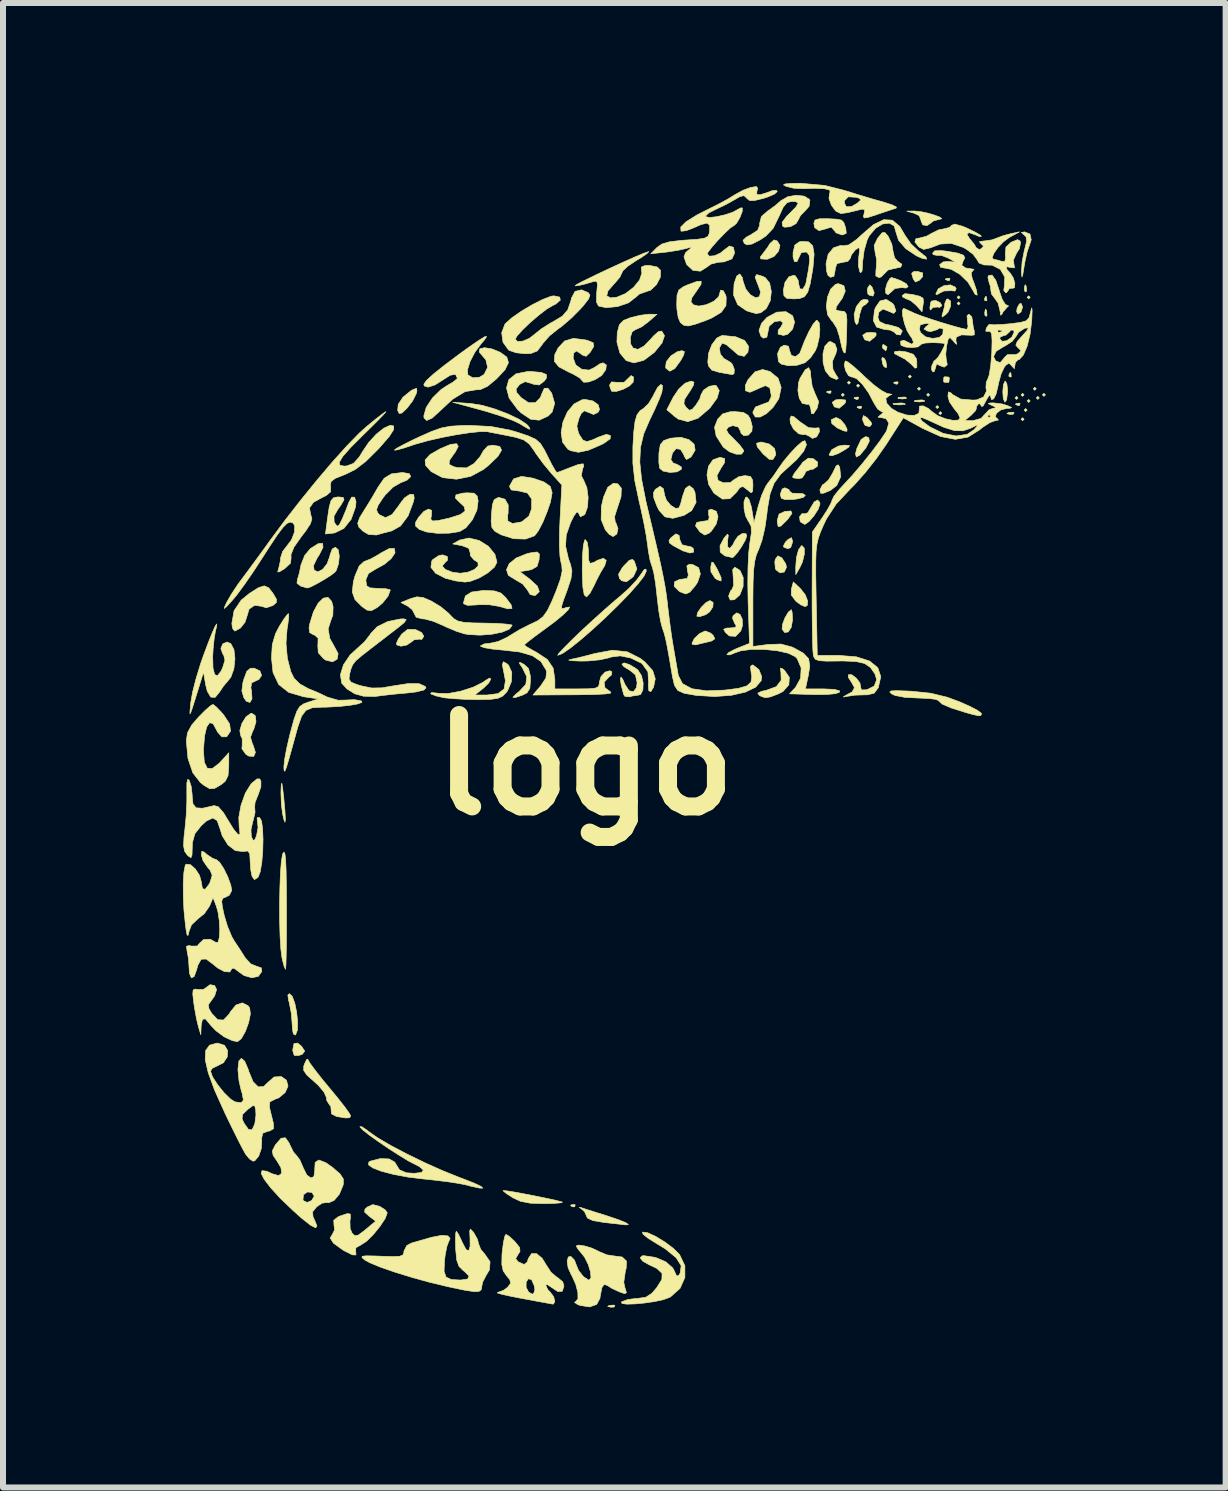
<source format=kicad_pcb>
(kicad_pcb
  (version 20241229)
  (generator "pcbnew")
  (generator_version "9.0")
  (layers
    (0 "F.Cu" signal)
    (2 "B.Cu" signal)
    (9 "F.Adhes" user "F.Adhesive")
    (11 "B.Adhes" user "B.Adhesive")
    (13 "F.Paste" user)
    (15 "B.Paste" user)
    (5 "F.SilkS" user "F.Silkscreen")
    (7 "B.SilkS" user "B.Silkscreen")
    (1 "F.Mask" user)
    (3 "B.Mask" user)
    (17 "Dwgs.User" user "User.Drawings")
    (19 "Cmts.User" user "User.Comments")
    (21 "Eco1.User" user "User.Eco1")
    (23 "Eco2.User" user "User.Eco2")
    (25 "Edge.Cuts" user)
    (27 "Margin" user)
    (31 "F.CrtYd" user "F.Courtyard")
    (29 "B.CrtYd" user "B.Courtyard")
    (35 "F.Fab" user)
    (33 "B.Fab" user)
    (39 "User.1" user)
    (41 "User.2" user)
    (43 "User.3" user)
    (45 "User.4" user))
  (footprint "logo"
    (layer "F.Cu")
    (at 6.708 9.705)
    (property "Reference" "logo" (at 0 0 0) (layer "F.SilkS") (effects (font (size 1.524 1.524) (thickness 0.3))))
    (attr through_hole)
    (fp_poly (pts (xy 4.318 -6.172) (xy 4.293 -6.147) (xy 4.267 -6.172) (xy 4.293 -6.198) (xy 4.318 -6.172)) (stroke (width 0.01) (type solid)) (fill yes) (layer "F.SilkS"))
    (fp_poly (pts (xy 4.42 -6.375) (xy 4.394 -6.35) (xy 4.369 -6.375) (xy 4.394 -6.401) (xy 4.42 -6.375)) (stroke (width 0.01) (type solid)) (fill yes) (layer "F.SilkS"))
    (fp_poly (pts (xy 4.572 -6.325) (xy 4.547 -6.299) (xy 4.521 -6.325) (xy 4.547 -6.35) (xy 4.572 -6.325)) (stroke (width 0.01) (type solid)) (fill yes) (layer "F.SilkS"))
    (fp_poly (pts (xy 5.436 -6.477) (xy 5.41 -6.452) (xy 5.385 -6.477) (xy 5.41 -6.502) (xy 5.436 -6.477)) (stroke (width 0.01) (type solid)) (fill yes) (layer "F.SilkS"))
    (fp_poly (pts (xy 5.588 -6.274) (xy 5.563 -6.248) (xy 5.537 -6.274) (xy 5.563 -6.299) (xy 5.588 -6.274)) (stroke (width 0.01) (type solid)) (fill yes) (layer "F.SilkS"))
    (fp_poly (pts (xy 5.74 -6.172) (xy 5.715 -6.147) (xy 5.69 -6.172) (xy 5.715 -6.198) (xy 5.74 -6.172)) (stroke (width 0.01) (type solid)) (fill yes) (layer "F.SilkS"))
    (fp_poly (pts (xy 5.893 -5.969) (xy 5.867 -5.944) (xy 5.842 -5.969) (xy 5.867 -5.994) (xy 5.893 -5.969)) (stroke (width 0.01) (type solid)) (fill yes) (layer "F.SilkS"))
    (fp_poly (pts (xy 5.944 -5.867) (xy 5.918 -5.842) (xy 5.893 -5.867) (xy 5.918 -5.893) (xy 5.944 -5.867)) (stroke (width 0.01) (type solid)) (fill yes) (layer "F.SilkS"))
    (fp_poly (pts (xy 6.248 -7.798) (xy 6.223 -7.772) (xy 6.198 -7.798) (xy 6.223 -7.823) (xy 6.248 -7.798)) (stroke (width 0.01) (type solid)) (fill yes) (layer "F.SilkS"))
    (fp_poly (pts (xy 6.248 -7.696) (xy 6.223 -7.671) (xy 6.198 -7.696) (xy 6.223 -7.722) (xy 6.248 -7.696)) (stroke (width 0.01) (type solid)) (fill yes) (layer "F.SilkS"))
    (fp_poly (pts (xy 7.214 -6.121) (xy 7.188 -6.096) (xy 7.163 -6.121) (xy 7.188 -6.147) (xy 7.214 -6.121)) (stroke (width 0.01) (type solid)) (fill yes) (layer "F.SilkS"))
    (fp_poly (pts (xy 7.315 -6.172) (xy 7.29 -6.147) (xy 7.264 -6.172) (xy 7.29 -6.198) (xy 7.315 -6.172)) (stroke (width 0.01) (type solid)) (fill yes) (layer "F.SilkS"))
    (fp_poly (pts (xy 7.315 -5.766) (xy 7.29 -5.74) (xy 7.264 -5.766) (xy 7.29 -5.791) (xy 7.315 -5.766)) (stroke (width 0.01) (type solid)) (fill yes) (layer "F.SilkS"))
    (fp_poly (pts (xy 7.366 -5.918) (xy 7.341 -5.893) (xy 7.315 -5.918) (xy 7.341 -5.944) (xy 7.366 -5.918)) (stroke (width 0.01) (type solid)) (fill yes) (layer "F.SilkS"))
    (fp_poly (pts (xy 7.417 -7.798) (xy 7.391 -7.772) (xy 7.366 -7.798) (xy 7.391 -7.823) (xy 7.417 -7.798)) (stroke (width 0.01) (type solid)) (fill yes) (layer "F.SilkS"))
    (fp_poly (pts (xy 7.417 -6.071) (xy 7.391 -6.045) (xy 7.366 -6.071) (xy 7.391 -6.096) (xy 7.417 -6.071)) (stroke (width 0.01) (type solid)) (fill yes) (layer "F.SilkS"))
    (fp_poly (pts (xy 7.518 -6.274) (xy 7.493 -6.248) (xy 7.468 -6.274) (xy 7.493 -6.299) (xy 7.518 -6.274)) (stroke (width 0.01) (type solid)) (fill yes) (layer "F.SilkS"))
    (fp_poly (pts (xy 7.569 -6.121) (xy 7.544 -6.096) (xy 7.518 -6.121) (xy 7.544 -6.147) (xy 7.569 -6.121)) (stroke (width 0.01) (type solid)) (fill yes) (layer "F.SilkS"))
    (fp_poly (pts (xy 7.671 -6.172) (xy 7.645 -6.147) (xy 7.62 -6.172) (xy 7.645 -6.198) (xy 7.671 -6.172)) (stroke (width 0.01) (type solid)) (fill yes) (layer "F.SilkS"))
    (fp_poly (pts (xy -0.169 7.332) (xy -0.176 7.362) (xy -0.203 7.366) (xy -0.245 7.347) (xy -0.237 7.332) (xy -0.177 7.326) (xy -0.169 7.332)) (stroke (width 0.01) (type solid)) (fill yes) (layer "F.SilkS"))
    (fp_poly (pts (xy 0.494 9.012) (xy 0.479 9.035) (xy 0.428 9.038) (xy 0.373 9.026) (xy 0.397 9.008) (xy 0.476 9.002) (xy 0.494 9.012)) (stroke (width 0.01) (type solid)) (fill yes) (layer "F.SilkS"))
    (fp_poly (pts (xy 4.098 -6.231) (xy 4.091 -6.201) (xy 4.064 -6.198) (xy 4.022 -6.216) (xy 4.03 -6.231) (xy 4.09 -6.238) (xy 4.098 -6.231)) (stroke (width 0.01) (type solid)) (fill yes) (layer "F.SilkS"))
    (fp_poly (pts (xy 4.555 -6.13) (xy 4.548 -6.1) (xy 4.521 -6.096) (xy 4.479 -6.115) (xy 4.487 -6.13) (xy 4.548 -6.136) (xy 4.555 -6.13)) (stroke (width 0.01) (type solid)) (fill yes) (layer "F.SilkS"))
    (fp_poly (pts (xy 4.606 -5.977) (xy 4.599 -5.947) (xy 4.572 -5.944) (xy 4.53 -5.962) (xy 4.538 -5.977) (xy 4.598 -5.984) (xy 4.606 -5.977)) (stroke (width 0.01) (type solid)) (fill yes) (layer "F.SilkS"))
    (fp_poly (pts (xy 5.215 -6.384) (xy 5.208 -6.354) (xy 5.182 -6.35) (xy 5.14 -6.369) (xy 5.148 -6.384) (xy 5.208 -6.39) (xy 5.215 -6.384)) (stroke (width 0.01) (type solid)) (fill yes) (layer "F.SilkS"))
    (fp_poly (pts (xy 5.347 -6.13) (xy 5.353 -6.111) (xy 5.283 -6.104) (xy 5.211 -6.112) (xy 5.22 -6.13) (xy 5.324 -6.136) (xy 5.347 -6.13)) (stroke (width 0.01) (type solid)) (fill yes) (layer "F.SilkS"))
    (fp_poly (pts (xy 6.079 -8.111) (xy 6.072 -8.081) (xy 6.045 -8.077) (xy 6.003 -8.096) (xy 6.011 -8.111) (xy 6.072 -8.117) (xy 6.079 -8.111)) (stroke (width 0.01) (type solid)) (fill yes) (layer "F.SilkS"))
    (fp_poly (pts (xy 6.689 -7.806) (xy 6.695 -7.746) (xy 6.689 -7.739) (xy 6.658 -7.746) (xy 6.655 -7.772) (xy 6.673 -7.814) (xy 6.689 -7.806)) (stroke (width 0.01) (type solid)) (fill yes) (layer "F.SilkS"))
    (fp_poly (pts (xy 6.69 -7.579) (xy 6.696 -7.499) (xy 6.685 -7.481) (xy 6.662 -7.497) (xy 6.659 -7.548) (xy 6.671 -7.602) (xy 6.69 -7.579)) (stroke (width 0.01) (type solid)) (fill yes) (layer "F.SilkS"))
    (fp_poly (pts (xy 7.095 -6.536) (xy 7.101 -6.476) (xy 7.095 -6.469) (xy 7.065 -6.476) (xy 7.061 -6.502) (xy 7.08 -6.544) (xy 7.095 -6.536)) (stroke (width 0.01) (type solid)) (fill yes) (layer "F.SilkS"))
    (fp_poly (pts (xy 7.149 -5.873) (xy 7.134 -5.85) (xy 7.082 -5.846) (xy 7.028 -5.858) (xy 7.052 -5.877) (xy 7.131 -5.883) (xy 7.149 -5.873)) (stroke (width 0.01) (type solid)) (fill yes) (layer "F.SilkS"))
    (fp_poly (pts (xy 7.247 -6.028) (xy 7.24 -5.998) (xy 7.214 -5.994) (xy 7.172 -6.013) (xy 7.18 -6.028) (xy 7.24 -6.034) (xy 7.247 -6.028)) (stroke (width 0.01) (type solid)) (fill yes) (layer "F.SilkS"))
    (fp_poly (pts (xy 7.35 -7.985) (xy 7.356 -7.906) (xy 7.346 -7.888) (xy 7.323 -7.903) (xy 7.319 -7.954) (xy 7.332 -8.009) (xy 7.35 -7.985)) (stroke (width 0.01) (type solid)) (fill yes) (layer "F.SilkS"))
    (fp_poly (pts (xy 7.289 -7.634) (xy 7.264 -7.555) (xy 7.213 -7.518) (xy 7.191 -7.559) (xy 7.199 -7.619) (xy 7.237 -7.689) (xy 7.268 -7.694) (xy 7.289 -7.634)) (stroke (width 0.01) (type solid)) (fill yes) (layer "F.SilkS"))
    (fp_poly (pts (xy 4.781 -7.967) (xy 4.817 -7.872) (xy 4.795 -7.819) (xy 4.734 -7.834) (xy 4.711 -7.854) (xy 4.7 -7.921) (xy 4.71 -7.959) (xy 4.743 -8.007) (xy 4.781 -7.967)) (stroke (width 0.01) (type solid)) (fill yes) (layer "F.SilkS"))
    (fp_poly (pts (xy 4.986 -6.779) (xy 5.009 -6.736) (xy 5.025 -6.651) (xy 5.016 -6.625) (xy 4.981 -6.642) (xy 4.958 -6.685) (xy 4.942 -6.77) (xy 4.951 -6.796) (xy 4.986 -6.779)) (stroke (width 0.01) (type solid)) (fill yes) (layer "F.SilkS"))
    (fp_poly (pts (xy 5.027 -6.974) (xy 5.029 -6.96) (xy 5.012 -6.91) (xy 5.007 -6.909) (xy 4.963 -6.944) (xy 4.953 -6.96) (xy 4.957 -7.006) (xy 4.975 -7.01) (xy 5.027 -6.974)) (stroke (width 0.01) (type solid)) (fill yes) (layer "F.SilkS"))
    (fp_poly (pts (xy 5.321 -6.029) (xy 5.337 -6.015) (xy 5.267 -6.007) (xy 5.232 -6.006) (xy 5.14 -6.011) (xy 5.129 -6.025) (xy 5.144 -6.029) (xy 5.272 -6.037) (xy 5.321 -6.029)) (stroke (width 0.01) (type solid)) (fill yes) (layer "F.SilkS"))
    (fp_poly (pts (xy 5.625 -8.205) (xy 5.623 -8.142) (xy 5.569 -8.082) (xy 5.503 -8.054) (xy 5.467 -8.105) (xy 5.44 -8.196) (xy 5.472 -8.227) (xy 5.537 -8.23) (xy 5.625 -8.205)) (stroke (width 0.01) (type solid)) (fill yes) (layer "F.SilkS"))
    (fp_poly (pts (xy 5.652 -6.079) (xy 5.654 -6.062) (xy 5.575 -6.055) (xy 5.563 -6.055) (xy 5.484 -6.062) (xy 5.491 -6.078) (xy 5.5 -6.08) (xy 5.611 -6.088) (xy 5.652 -6.079)) (stroke (width 0.01) (type solid)) (fill yes) (layer "F.SilkS"))
    (fp_poly (pts (xy 6.056 -6.469) (xy 6.068 -6.456) (xy 6.063 -6.39) (xy 6.05 -6.378) (xy 5.983 -6.383) (xy 5.972 -6.396) (xy 5.977 -6.463) (xy 5.99 -6.474) (xy 6.056 -6.469)) (stroke (width 0.01) (type solid)) (fill yes) (layer "F.SilkS"))
    (fp_poly (pts (xy -4.735 4.684) (xy -4.678 4.767) (xy -4.717 4.82) (xy -4.775 4.841) (xy -4.852 4.841) (xy -4.876 4.767) (xy -4.877 4.745) (xy -4.857 4.643) (xy -4.798 4.634) (xy -4.735 4.684)) (stroke (width 0.01) (type solid)) (fill yes) (layer "F.SilkS"))
    (fp_poly (pts (xy 3.454 -3.739) (xy 3.454 -3.715) (xy 3.424 -3.627) (xy 3.378 -3.607) (xy 3.311 -3.631) (xy 3.302 -3.651) (xy 3.337 -3.718) (xy 3.378 -3.759) (xy 3.437 -3.792) (xy 3.454 -3.739)) (stroke (width 0.01) (type solid)) (fill yes) (layer "F.SilkS"))
    (fp_poly (pts (xy 4.337 -6.087) (xy 4.341 -6.051) (xy 4.318 -6.02) (xy 4.231 -5.949) (xy 4.155 -5.971) (xy 4.149 -5.977) (xy 4.116 -6.048) (xy 4.175 -6.089) (xy 4.248 -6.096) (xy 4.337 -6.087)) (stroke (width 0.01) (type solid)) (fill yes) (layer "F.SilkS"))
    (fp_poly (pts (xy 4.845 -7.205) (xy 4.849 -7.168) (xy 4.826 -7.137) (xy 4.739 -7.066) (xy 4.663 -7.089) (xy 4.657 -7.095) (xy 4.624 -7.165) (xy 4.683 -7.207) (xy 4.756 -7.214) (xy 4.845 -7.205)) (stroke (width 0.01) (type solid)) (fill yes) (layer "F.SilkS"))
    (fp_poly (pts (xy 2.131 -2.711) (xy 2.126 -2.637) (xy 2.073 -2.555) (xy 2.006 -2.507) (xy 1.907 -2.475) (xy 1.859 -2.482) (xy 1.872 -2.542) (xy 1.933 -2.631) (xy 2.012 -2.71) (xy 2.078 -2.743) (xy 2.131 -2.711)) (stroke (width 0.01) (type solid)) (fill yes) (layer "F.SilkS"))
    (fp_poly (pts (xy 2.18 -3.3) (xy 2.202 -3.259) (xy 2.264 -3.125) (xy 2.263 -3.069) (xy 2.198 -3.091) (xy 2.163 -3.115) (xy 2.094 -3.223) (xy 2.092 -3.305) (xy 2.107 -3.38) (xy 2.131 -3.38) (xy 2.18 -3.3)) (stroke (width 0.01) (type solid)) (fill yes) (layer "F.SilkS"))
    (fp_poly (pts (xy 3.445 -4.197) (xy 3.38 -4.105) (xy 3.351 -4.074) (xy 3.259 -3.984) (xy 3.215 -3.976) (xy 3.201 -4.05) (xy 3.2 -4.083) (xy 3.231 -4.185) (xy 3.327 -4.229) (xy 3.428 -4.236) (xy 3.445 -4.197)) (stroke (width 0.01) (type solid)) (fill yes) (layer "F.SilkS"))
    (fp_poly (pts (xy 3.588 -2.94) (xy 3.667 -2.839) (xy 3.707 -2.735) (xy 3.7 -2.66) (xy 3.663 -2.642) (xy 3.594 -2.671) (xy 3.511 -2.731) (xy 3.433 -2.837) (xy 3.436 -2.936) (xy 3.468 -3.053) (xy 3.588 -2.94)) (stroke (width 0.01) (type solid)) (fill yes) (layer "F.SilkS"))
    (fp_poly (pts (xy 3.65 -3.616) (xy 3.651 -3.515) (xy 3.62 -3.387) (xy 3.581 -3.302) (xy 3.509 -3.175) (xy 3.508 -3.302) (xy 3.52 -3.46) (xy 3.554 -3.588) (xy 3.6 -3.654) (xy 3.613 -3.658) (xy 3.65 -3.616)) (stroke (width 0.01) (type solid)) (fill yes) (layer "F.SilkS"))
    (fp_poly (pts (xy 4.402 -5.33) (xy 4.396 -5.305) (xy 4.342 -5.266) (xy 4.215 -5.193) (xy 4.113 -5.157) (xy 4.065 -5.167) (xy 4.064 -5.173) (xy 4.108 -5.257) (xy 4.217 -5.318) (xy 4.314 -5.334) (xy 4.402 -5.33)) (stroke (width 0.01) (type solid)) (fill yes) (layer "F.SilkS"))
    (fp_poly (pts (xy 4.694 -5.795) (xy 4.699 -5.791) (xy 4.763 -5.718) (xy 4.775 -5.683) (xy 4.741 -5.641) (xy 4.672 -5.66) (xy 4.657 -5.673) (xy 4.625 -5.749) (xy 4.623 -5.78) (xy 4.637 -5.827) (xy 4.694 -5.795)) (stroke (width 0.01) (type solid)) (fill yes) (layer "F.SilkS"))
    (fp_poly (pts (xy 4.725 -5.46) (xy 4.735 -5.4) (xy 4.678 -5.289) (xy 4.671 -5.28) (xy 4.577 -5.167) (xy 4.518 -5.137) (xy 4.504 -5.19) (xy 4.529 -5.283) (xy 4.598 -5.428) (xy 4.673 -5.477) (xy 4.725 -5.46)) (stroke (width 0.01) (type solid)) (fill yes) (layer "F.SilkS"))
    (fp_poly (pts (xy 7.028 -6.356) (xy 7.04 -6.246) (xy 7.04 -6.223) (xy 7.024 -6.088) (xy 6.995 -6.05) (xy 6.968 -6.108) (xy 6.96 -6.223) (xy 6.97 -6.341) (xy 6.996 -6.399) (xy 7.002 -6.401) (xy 7.028 -6.356)) (stroke (width 0.01) (type solid)) (fill yes) (layer "F.SilkS"))
    (fp_poly (pts (xy 1.652 -6.894) (xy 1.64 -6.837) (xy 1.592 -6.748) (xy 1.492 -6.611) (xy 1.408 -6.566) (xy 1.346 -6.614) (xy 1.338 -6.633) (xy 1.35 -6.725) (xy 1.426 -6.822) (xy 1.534 -6.892) (xy 1.611 -6.909) (xy 1.652 -6.894)) (stroke (width 0.01) (type solid)) (fill yes) (layer "F.SilkS"))
    (fp_poly (pts (xy 3.277 -3.454) (xy 3.277 -3.454) (xy 3.342 -3.354) (xy 3.353 -3.296) (xy 3.318 -3.219) (xy 3.245 -3.205) (xy 3.177 -3.257) (xy 3.168 -3.277) (xy 3.159 -3.39) (xy 3.17 -3.435) (xy 3.21 -3.488) (xy 3.277 -3.454)) (stroke (width 0.01) (type solid)) (fill yes) (layer "F.SilkS"))
    (fp_poly (pts (xy 3.448 -2.546) (xy 3.454 -2.437) (xy 3.454 -2.418) (xy 3.433 -2.296) (xy 3.383 -2.22) (xy 3.324 -2.21) (xy 3.281 -2.266) (xy 3.287 -2.345) (xy 3.328 -2.454) (xy 3.385 -2.551) (xy 3.435 -2.591) (xy 3.448 -2.546)) (stroke (width 0.01) (type solid)) (fill yes) (layer "F.SilkS"))
    (fp_poly (pts (xy 4.256 -5.757) (xy 4.324 -5.68) (xy 4.364 -5.6) (xy 4.36 -5.563) (xy 4.309 -5.572) (xy 4.208 -5.617) (xy 4.202 -5.62) (xy 4.11 -5.693) (xy 4.099 -5.757) (xy 4.17 -5.79) (xy 4.192 -5.791) (xy 4.256 -5.757)) (stroke (width 0.01) (type solid)) (fill yes) (layer "F.SilkS"))
    (fp_poly (pts (xy 5.917 -7.709) (xy 5.944 -7.66) (xy 5.907 -7.63) (xy 5.871 -7.637) (xy 5.793 -7.63) (xy 5.773 -7.604) (xy 5.751 -7.587) (xy 5.744 -7.624) (xy 5.758 -7.713) (xy 5.771 -7.735) (xy 5.84 -7.747) (xy 5.917 -7.709)) (stroke (width 0.01) (type solid)) (fill yes) (layer "F.SilkS"))
    (fp_poly (pts (xy 6.09 -7.735) (xy 6.09 -7.649) (xy 6.049 -7.554) (xy 6.01 -7.512) (xy 5.949 -7.47) (xy 5.948 -7.503) (xy 5.959 -7.535) (xy 5.99 -7.651) (xy 5.994 -7.7) (xy 6.023 -7.765) (xy 6.045 -7.772) (xy 6.09 -7.735)) (stroke (width 0.01) (type solid)) (fill yes) (layer "F.SilkS"))
    (fp_poly (pts (xy 6.167 -7.969) (xy 6.183 -7.941) (xy 6.163 -7.903) (xy 6.099 -7.909) (xy 5.979 -7.904) (xy 5.918 -7.874) (xy 5.857 -7.841) (xy 5.843 -7.855) (xy 5.884 -7.939) (xy 5.978 -7.992) (xy 6.085 -8.006) (xy 6.167 -7.969)) (stroke (width 0.01) (type solid)) (fill yes) (layer "F.SilkS"))
    (fp_poly (pts (xy -5.046 0.384) (xy -5.026 0.559) (xy -5.007 0.773) (xy -5 0.906) (xy -5.007 0.953) (xy -5.025 0.909) (xy -5.048 0.808) (xy -5.067 0.654) (xy -5.074 0.466) (xy -5.073 0.413) (xy -5.068 0.315) (xy -5.059 0.304) (xy -5.046 0.384)) (stroke (width 0.01) (type solid)) (fill yes) (layer "F.SilkS"))
    (fp_poly (pts (xy -2.807 -6.238) (xy -2.82 -6.189) (xy -2.881 -6.068) (xy -2.975 -5.947) (xy -3.058 -5.869) (xy -3.102 -5.862) (xy -3.128 -5.911) (xy -3.119 -6.015) (xy -3.038 -6.135) (xy -2.906 -6.242) (xy -2.879 -6.257) (xy -2.813 -6.282) (xy -2.807 -6.238)) (stroke (width 0.01) (type solid)) (fill yes) (layer "F.SilkS"))
    (fp_poly (pts (xy 0.817 -3.399) (xy 0.86 -3.27) (xy 0.806 -3.152) (xy 0.784 -3.128) (xy 0.686 -3.056) (xy 0.608 -3.073) (xy 0.569 -3.111) (xy 0.554 -3.183) (xy 0.615 -3.288) (xy 0.644 -3.323) (xy 0.733 -3.414) (xy 0.788 -3.429) (xy 0.817 -3.399)) (stroke (width 0.01) (type solid)) (fill yes) (layer "F.SilkS"))
    (fp_poly (pts (xy 3.066 -5.353) (xy 3.155 -5.277) (xy 3.176 -5.181) (xy 3.172 -5.168) (xy 3.127 -5.094) (xy 3.066 -5.098) (xy 2.968 -5.184) (xy 2.955 -5.198) (xy 2.866 -5.307) (xy 2.856 -5.366) (xy 2.925 -5.385) (xy 2.937 -5.385) (xy 3.066 -5.353)) (stroke (width 0.01) (type solid)) (fill yes) (layer "F.SilkS"))
    (fp_poly (pts (xy 3.198 -8.739) (xy 3.245 -8.664) (xy 3.222 -8.568) (xy 3.149 -8.482) (xy 3.042 -8.435) (xy 3.016 -8.433) (xy 2.924 -8.439) (xy 2.919 -8.473) (xy 2.957 -8.522) (xy 3.041 -8.634) (xy 3.08 -8.697) (xy 3.145 -8.755) (xy 3.198 -8.739)) (stroke (width 0.01) (type solid)) (fill yes) (layer "F.SilkS"))
    (fp_poly (pts (xy 5.346 -6.889) (xy 5.468 -6.849) (xy 5.519 -6.775) (xy 5.526 -6.731) (xy 5.527 -6.627) (xy 5.496 -6.617) (xy 5.431 -6.685) (xy 5.33 -6.768) (xy 5.24 -6.814) (xy 5.153 -6.861) (xy 5.157 -6.893) (xy 5.238 -6.903) (xy 5.346 -6.889)) (stroke (width 0.01) (type solid)) (fill yes) (layer "F.SilkS"))
    (fp_poly (pts (xy 5.448 -7.847) (xy 5.576 -7.816) (xy 5.631 -7.783) (xy 5.638 -7.722) (xy 5.63 -7.669) (xy 5.613 -7.557) (xy 5.517 -7.665) (xy 5.423 -7.744) (xy 5.352 -7.772) (xy 5.289 -7.805) (xy 5.283 -7.827) (xy 5.327 -7.859) (xy 5.448 -7.847)) (stroke (width 0.01) (type solid)) (fill yes) (layer "F.SilkS"))
    (fp_poly (pts (xy 2.09 -2.2) (xy 2.132 -2.161) (xy 2.159 -2.105) (xy 2.108 -2.07) (xy 2.049 -2.055) (xy 1.922 -2.025) (xy 1.841 -2.004) (xy 1.784 -2.013) (xy 1.778 -2.03) (xy 1.817 -2.11) (xy 1.904 -2.192) (xy 1.995 -2.235) (xy 2.004 -2.235) (xy 2.09 -2.2)) (stroke (width 0.01) (type solid)) (fill yes) (layer "F.SilkS"))
    (fp_poly (pts (xy -4.886 3.856) (xy -4.843 3.971) (xy -4.812 4.124) (xy -4.796 4.285) (xy -4.8 4.419) (xy -4.83 4.497) (xy -4.835 4.501) (xy -4.868 4.48) (xy -4.881 4.41) (xy -4.9 4.145) (xy -4.937 3.954) (xy -4.947 3.924) (xy -4.959 3.834) (xy -4.934 3.81) (xy -4.886 3.856)) (stroke (width 0.01) (type solid)) (fill yes) (layer "F.SilkS"))
    (fp_poly (pts (xy 0.805 -6.468) (xy 0.798 -6.384) (xy 0.738 -6.323) (xy 0.63 -6.265) (xy 0.517 -6.229) (xy 0.441 -6.232) (xy 0.436 -6.236) (xy 0.409 -6.308) (xy 0.406 -6.339) (xy 0.437 -6.388) (xy 0.531 -6.381) (xy 0.647 -6.381) (xy 0.705 -6.438) (xy 0.764 -6.494) (xy 0.805 -6.468)) (stroke (width 0.01) (type solid)) (fill yes) (layer "F.SilkS"))
    (fp_poly (pts (xy 4.712 -7.755) (xy 4.716 -7.723) (xy 4.665 -7.67) (xy 4.647 -7.669) (xy 4.609 -7.628) (xy 4.575 -7.519) (xy 4.569 -7.482) (xy 4.546 -7.367) (xy 4.523 -7.343) (xy 4.497 -7.385) (xy 4.481 -7.512) (xy 4.519 -7.646) (xy 4.595 -7.742) (xy 4.642 -7.764) (xy 4.712 -7.755)) (stroke (width 0.01) (type solid)) (fill yes) (layer "F.SilkS"))
    (fp_poly (pts (xy 5.161 -8.112) (xy 5.254 -8.078) (xy 5.352 -8.024) (xy 5.382 -7.975) (xy 5.342 -7.952) (xy 5.281 -7.961) (xy 5.162 -7.946) (xy 5.111 -7.898) (xy 5.046 -7.842) (xy 5.009 -7.865) (xy 5.005 -7.939) (xy 5.034 -8.038) (xy 5.079 -8.114) (xy 5.104 -8.128) (xy 5.161 -8.112)) (stroke (width 0.01) (type solid)) (fill yes) (layer "F.SilkS"))
    (fp_poly (pts (xy -2.84 -2.261) (xy -2.831 -2.259) (xy -2.73 -2.21) (xy -2.692 -2.148) (xy -2.726 -2.095) (xy -2.765 -2.1) (xy -2.854 -2.089) (xy -2.898 -2.054) (xy -2.977 -2.001) (xy -3.072 -1.982) (xy -3.139 -2.001) (xy -3.15 -2.026) (xy -3.12 -2.096) (xy -3.06 -2.183) (xy -2.962 -2.262) (xy -2.84 -2.261)) (stroke (width 0.01) (type solid)) (fill yes) (layer "F.SilkS"))
    (fp_poly (pts (xy 1.563 -3.83) (xy 1.575 -3.759) (xy 1.611 -3.674) (xy 1.673 -3.658) (xy 1.769 -3.636) (xy 1.801 -3.61) (xy 1.808 -3.551) (xy 1.745 -3.536) (xy 1.634 -3.569) (xy 1.609 -3.581) (xy 1.469 -3.656) (xy 1.403 -3.704) (xy 1.395 -3.744) (xy 1.426 -3.789) (xy 1.509 -3.855) (xy 1.563 -3.83)) (stroke (width 0.01) (type solid)) (fill yes) (layer "F.SilkS"))
    (fp_poly (pts (xy 2.573 -3.249) (xy 2.581 -3.241) (xy 2.632 -3.128) (xy 2.631 -2.979) (xy 2.578 -2.842) (xy 2.571 -2.832) (xy 2.486 -2.757) (xy 2.416 -2.752) (xy 2.388 -2.816) (xy 2.422 -2.905) (xy 2.443 -2.924) (xy 2.474 -2.997) (xy 2.466 -3.13) (xy 2.457 -3.259) (xy 2.493 -3.299) (xy 2.573 -3.249)) (stroke (width 0.01) (type solid)) (fill yes) (layer "F.SilkS"))
    (fp_poly (pts (xy 3.395 -4.593) (xy 3.404 -4.568) (xy 3.446 -4.533) (xy 3.528 -4.53) (xy 3.628 -4.525) (xy 3.668 -4.496) (xy 3.632 -4.462) (xy 3.525 -4.436) (xy 3.467 -4.429) (xy 3.331 -4.426) (xy 3.268 -4.448) (xy 3.251 -4.509) (xy 3.251 -4.518) (xy 3.282 -4.603) (xy 3.327 -4.623) (xy 3.395 -4.593)) (stroke (width 0.01) (type solid)) (fill yes) (layer "F.SilkS"))
    (fp_poly (pts (xy 4.241 -4.966) (xy 4.258 -4.807) (xy 4.192 -4.662) (xy 4.088 -4.581) (xy 3.974 -4.533) (xy 3.924 -4.531) (xy 3.912 -4.578) (xy 3.912 -4.592) (xy 3.953 -4.671) (xy 3.987 -4.692) (xy 4.056 -4.755) (xy 4.126 -4.872) (xy 4.133 -4.888) (xy 4.183 -4.99) (xy 4.217 -5.006) (xy 4.241 -4.966)) (stroke (width 0.01) (type solid)) (fill yes) (layer "F.SilkS"))
    (fp_poly (pts (xy -1.902 -6.027) (xy -1.717 -5.997) (xy -1.503 -5.935) (xy -1.29 -5.854) (xy -1.104 -5.765) (xy -0.975 -5.679) (xy -0.941 -5.64) (xy -0.921 -5.601) (xy -0.942 -5.602) (xy -1.023 -5.648) (xy -1.092 -5.691) (xy -1.208 -5.746) (xy -1.392 -5.814) (xy -1.612 -5.884) (xy -1.727 -5.917) (xy -2.21 -6.049) (xy -1.902 -6.027)) (stroke (width 0.01) (type solid)) (fill yes) (layer "F.SilkS"))
    (fp_poly (pts (xy -1.023 -1.68) (xy -0.947 -1.61) (xy -0.917 -1.488) (xy -0.914 -1.419) (xy -0.925 -1.28) (xy -0.971 -1.206) (xy -1.045 -1.167) (xy -1.171 -1.125) (xy -1.208 -1.131) (xy -1.156 -1.185) (xy -1.105 -1.225) (xy -0.992 -1.345) (xy -0.976 -1.473) (xy -1.048 -1.62) (xy -1.102 -1.701) (xy -1.09 -1.713) (xy -1.023 -1.68)) (stroke (width 0.01) (type solid)) (fill yes) (layer "F.SilkS"))
    (fp_poly (pts (xy 2.184 -4.231) (xy 2.212 -4.14) (xy 2.183 -4.02) (xy 2.101 -3.9) (xy 2.066 -3.868) (xy 1.991 -3.835) (xy 1.911 -3.887) (xy 1.91 -3.888) (xy 1.837 -3.988) (xy 1.857 -4.046) (xy 1.959 -4.064) (xy 2.051 -4.078) (xy 2.066 -4.134) (xy 2.057 -4.166) (xy 2.054 -4.249) (xy 2.099 -4.267) (xy 2.184 -4.231)) (stroke (width 0.01) (type solid)) (fill yes) (layer "F.SilkS"))
    (fp_poly (pts (xy 2.579 -2.512) (xy 2.616 -2.434) (xy 2.621 -2.328) (xy 2.592 -2.237) (xy 2.504 -2.146) (xy 2.402 -2.153) (xy 2.337 -2.21) (xy 2.306 -2.264) (xy 2.353 -2.284) (xy 2.413 -2.286) (xy 2.506 -2.294) (xy 2.513 -2.329) (xy 2.491 -2.36) (xy 2.455 -2.446) (xy 2.462 -2.487) (xy 2.524 -2.538) (xy 2.579 -2.512)) (stroke (width 0.01) (type solid)) (fill yes) (layer "F.SilkS"))
    (fp_poly (pts (xy 3.799 -5.109) (xy 3.873 -5.052) (xy 3.869 -4.981) (xy 3.796 -4.932) (xy 3.754 -4.928) (xy 3.674 -4.894) (xy 3.658 -4.851) (xy 3.615 -4.789) (xy 3.556 -4.775) (xy 3.473 -4.787) (xy 3.454 -4.803) (xy 3.483 -4.861) (xy 3.507 -4.892) (xy 3.579 -4.984) (xy 3.625 -5.048) (xy 3.717 -5.117) (xy 3.799 -5.109)) (stroke (width 0.01) (type solid)) (fill yes) (layer "F.SilkS"))
    (fp_poly (pts (xy 3.909 -4.38) (xy 3.912 -4.35) (xy 3.882 -4.265) (xy 3.812 -4.156) (xy 3.729 -4.06) (xy 3.662 -4.014) (xy 3.657 -4.013) (xy 3.592 -4.05) (xy 3.581 -4.064) (xy 3.571 -4.139) (xy 3.612 -4.192) (xy 3.661 -4.189) (xy 3.711 -4.208) (xy 3.758 -4.29) (xy 3.815 -4.386) (xy 3.873 -4.419) (xy 3.909 -4.38)) (stroke (width 0.01) (type solid)) (fill yes) (layer "F.SilkS"))
    (fp_poly (pts (xy 5.591 -9.227) (xy 5.713 -9.201) (xy 5.828 -9.167) (xy 5.913 -9.134) (xy 5.942 -9.108) (xy 5.908 -9.099) (xy 5.806 -9.073) (xy 5.766 -9.042) (xy 5.698 -8.994) (xy 5.626 -9.006) (xy 5.597 -9.07) (xy 5.598 -9.077) (xy 5.567 -9.159) (xy 5.486 -9.199) (xy 5.359 -9.235) (xy 5.486 -9.237) (xy 5.591 -9.227)) (stroke (width 0.01) (type solid)) (fill yes) (layer "F.SilkS"))
    (fp_poly (pts (xy -5.425 -1.57) (xy -5.397 -1.495) (xy -5.443 -1.426) (xy -5.489 -1.407) (xy -5.563 -1.37) (xy -5.576 -1.291) (xy -5.564 -1.228) (xy -5.557 -1.103) (xy -5.592 -1.044) (xy -5.651 -1.064) (xy -5.693 -1.124) (xy -5.726 -1.235) (xy -5.708 -1.377) (xy -5.692 -1.433) (xy -5.643 -1.563) (xy -5.584 -1.614) (xy -5.522 -1.616) (xy -5.425 -1.57)) (stroke (width 0.01) (type solid)) (fill yes) (layer "F.SilkS"))
    (fp_poly (pts (xy 3.288 -1.606) (xy 3.319 -1.581) (xy 3.401 -1.463) (xy 3.393 -1.338) (xy 3.298 -1.229) (xy 3.227 -1.191) (xy 3.087 -1.137) (xy 3.001 -1.123) (xy 2.932 -1.146) (xy 2.899 -1.165) (xy 2.876 -1.2) (xy 2.94 -1.23) (xy 3.014 -1.246) (xy 3.185 -1.308) (xy 3.265 -1.414) (xy 3.261 -1.544) (xy 3.25 -1.617) (xy 3.288 -1.606)) (stroke (width 0.01) (type solid)) (fill yes) (layer "F.SilkS"))
    (fp_poly (pts (xy 3.479 -5.807) (xy 3.573 -5.727) (xy 3.577 -5.724) (xy 3.72 -5.625) (xy 3.823 -5.618) (xy 3.896 -5.623) (xy 3.904 -5.559) (xy 3.857 -5.472) (xy 3.786 -5.446) (xy 3.737 -5.481) (xy 3.669 -5.513) (xy 3.64 -5.508) (xy 3.558 -5.523) (xy 3.473 -5.599) (xy 3.418 -5.702) (xy 3.412 -5.771) (xy 3.432 -5.82) (xy 3.479 -5.807)) (stroke (width 0.01) (type solid)) (fill yes) (layer "F.SilkS"))
    (fp_poly (pts (xy 4.162 -7.02) (xy 4.195 -6.931) (xy 4.172 -6.844) (xy 4.167 -6.839) (xy 4.12 -6.732) (xy 4.128 -6.599) (xy 4.175 -6.513) (xy 4.218 -6.448) (xy 4.188 -6.428) (xy 4.105 -6.461) (xy 4.074 -6.481) (xy 4.001 -6.575) (xy 3.964 -6.712) (xy 3.962 -6.858) (xy 3.993 -6.983) (xy 4.056 -7.054) (xy 4.089 -7.061) (xy 4.162 -7.02)) (stroke (width 0.01) (type solid)) (fill yes) (layer "F.SilkS"))
    (fp_poly (pts (xy -1.326 7.096) (xy -1.207 7.114) (xy -1.04 7.144) (xy -0.85 7.181) (xy -0.663 7.219) (xy -0.505 7.253) (xy -0.4 7.28) (xy -0.381 7.286) (xy -0.401 7.297) (xy -0.502 7.306) (xy -0.663 7.311) (xy -0.686 7.311) (xy -0.916 7.304) (xy -1.081 7.272) (xy -1.206 7.214) (xy -1.313 7.145) (xy -1.369 7.099) (xy -1.372 7.094) (xy -1.326 7.096)) (stroke (width 0.01) (type solid)) (fill yes) (layer "F.SilkS"))
    (fp_poly (pts (xy 0.541 -4.689) (xy 0.601 -4.616) (xy 0.595 -4.472) (xy 0.533 -4.284) (xy 0.488 -4.142) (xy 0.499 -4.053) (xy 0.513 -4.032) (xy 0.545 -3.942) (xy 0.525 -3.852) (xy 0.463 -3.81) (xy 0.462 -3.81) (xy 0.399 -3.847) (xy 0.333 -3.923) (xy 0.264 -4.093) (xy 0.268 -4.311) (xy 0.304 -4.467) (xy 0.375 -4.632) (xy 0.468 -4.698) (xy 0.541 -4.689)) (stroke (width 0.01) (type solid)) (fill yes) (layer "F.SilkS"))
    (fp_poly (pts (xy 1.789 -3.344) (xy 1.889 -3.291) (xy 1.918 -3.186) (xy 1.872 -3.048) (xy 1.827 -2.982) (xy 1.74 -2.881) (xy 1.673 -2.853) (xy 1.589 -2.885) (xy 1.562 -2.9) (xy 1.481 -2.981) (xy 1.488 -3.056) (xy 1.577 -3.097) (xy 1.606 -3.099) (xy 1.699 -3.111) (xy 1.718 -3.17) (xy 1.705 -3.23) (xy 1.693 -3.323) (xy 1.737 -3.349) (xy 1.789 -3.344)) (stroke (width 0.01) (type solid)) (fill yes) (layer "F.SilkS"))
    (fp_poly (pts (xy -1.517 -2.904) (xy -1.41 -2.869) (xy -1.326 -2.792) (xy -1.326 -2.791) (xy -1.236 -2.671) (xy -1.222 -2.611) (xy -1.291 -2.605) (xy -1.446 -2.648) (xy -1.448 -2.648) (xy -1.599 -2.673) (xy -1.779 -2.674) (xy -1.816 -2.67) (xy -1.964 -2.663) (xy -2.027 -2.689) (xy -2.031 -2.706) (xy -1.999 -2.82) (xy -1.896 -2.885) (xy -1.712 -2.91) (xy -1.686 -2.911) (xy -1.517 -2.904)) (stroke (width 0.01) (type solid)) (fill yes) (layer "F.SilkS"))
    (fp_poly (pts (xy 4.194 -9.101) (xy 4.272 -9.085) (xy 4.31 -9.044) (xy 4.338 -8.962) (xy 4.341 -8.954) (xy 4.351 -8.866) (xy 4.294 -8.84) (xy 4.276 -8.839) (xy 4.18 -8.874) (xy 4.146 -8.918) (xy 4.103 -8.968) (xy 4.021 -8.945) (xy 4.013 -8.941) (xy 3.894 -8.91) (xy 3.823 -8.961) (xy 3.81 -9.033) (xy 3.829 -9.086) (xy 3.903 -9.108) (xy 4.044 -9.109) (xy 4.194 -9.101)) (stroke (width 0.01) (type solid)) (fill yes) (layer "F.SilkS"))
    (fp_poly (pts (xy 7.413 -8.853) (xy 7.434 -8.757) (xy 7.403 -8.665) (xy 7.366 -8.558) (xy 7.33 -8.397) (xy 7.315 -8.309) (xy 7.293 -8.175) (xy 7.28 -8.136) (xy 7.272 -8.188) (xy 7.271 -8.224) (xy 7.282 -8.39) (xy 7.318 -8.573) (xy 7.324 -8.596) (xy 7.357 -8.732) (xy 7.349 -8.806) (xy 7.312 -8.842) (xy 7.269 -8.88) (xy 7.321 -8.889) (xy 7.324 -8.889) (xy 7.413 -8.853)) (stroke (width 0.01) (type solid)) (fill yes) (layer "F.SilkS"))
    (fp_poly (pts (xy -5.502 -0.824) (xy -5.49 -0.725) (xy -5.526 -0.601) (xy -5.547 -0.561) (xy -5.582 -0.463) (xy -5.549 -0.352) (xy -5.538 -0.332) (xy -5.5 -0.212) (xy -5.528 -0.145) (xy -5.608 -0.149) (xy -5.658 -0.179) (xy -5.725 -0.272) (xy -5.72 -0.334) (xy -5.72 -0.441) (xy -5.743 -0.485) (xy -5.76 -0.574) (xy -5.725 -0.694) (xy -5.657 -0.804) (xy -5.577 -0.862) (xy -5.561 -0.864) (xy -5.502 -0.824)) (stroke (width 0.01) (type solid)) (fill yes) (layer "F.SilkS"))
    (fp_poly (pts (xy -0.066 7.379) (xy -0.051 7.384) (xy 0.034 7.412) (xy 0.184 7.459) (xy 0.366 7.516) (xy 0.368 7.517) (xy 0.554 7.58) (xy 0.674 7.628) (xy 0.719 7.659) (xy 0.678 7.666) (xy 0.648 7.663) (xy 0.564 7.653) (xy 0.418 7.637) (xy 0.305 7.624) (xy 0.126 7.594) (xy 0.035 7.551) (xy 0.025 7.529) (xy -0.012 7.447) (xy -0.051 7.411) (xy -0.101 7.373) (xy -0.066 7.379)) (stroke (width 0.01) (type solid)) (fill yes) (layer "F.SilkS"))
    (fp_poly (pts (xy 3.754 -6.566) (xy 3.759 -6.478) (xy 3.782 -6.317) (xy 3.836 -6.178) (xy 3.839 -6.174) (xy 3.89 -6.058) (xy 3.866 -5.954) (xy 3.863 -5.947) (xy 3.802 -5.856) (xy 3.768 -5.863) (xy 3.759 -5.942) (xy 3.734 -6.015) (xy 3.689 -6.015) (xy 3.618 -6.03) (xy 3.567 -6.116) (xy 3.544 -6.242) (xy 3.555 -6.378) (xy 3.582 -6.453) (xy 3.665 -6.588) (xy 3.722 -6.626) (xy 3.754 -6.566)) (stroke (width 0.01) (type solid)) (fill yes) (layer "F.SilkS"))
    (fp_poly (pts (xy -5.279 -2.956) (xy -5.206 -2.862) (xy -5.149 -2.765) (xy -5.151 -2.71) (xy -5.207 -2.661) (xy -5.319 -2.622) (xy -5.395 -2.647) (xy -5.513 -2.664) (xy -5.605 -2.601) (xy -5.639 -2.487) (xy -5.673 -2.382) (xy -5.751 -2.284) (xy -5.839 -2.236) (xy -5.846 -2.235) (xy -5.881 -2.279) (xy -5.893 -2.359) (xy -5.856 -2.573) (xy -5.737 -2.75) (xy -5.603 -2.86) (xy -5.452 -2.956) (xy -5.353 -2.988) (xy -5.279 -2.956)) (stroke (width 0.01) (type solid)) (fill yes) (layer "F.SilkS"))
    (fp_poly (pts (xy 3.456 -7.491) (xy 3.489 -7.384) (xy 3.455 -7.267) (xy 3.372 -7.181) (xy 3.303 -7.163) (xy 3.214 -7.185) (xy 3.216 -7.25) (xy 3.261 -7.304) (xy 3.297 -7.374) (xy 3.252 -7.407) (xy 3.153 -7.393) (xy 3.065 -7.318) (xy 3.048 -7.236) (xy 3.026 -7.133) (xy 2.97 -7.117) (xy 2.929 -7.146) (xy 2.895 -7.244) (xy 2.938 -7.365) (xy 3.029 -7.464) (xy 3.192 -7.551) (xy 3.344 -7.559) (xy 3.456 -7.491)) (stroke (width 0.01) (type solid)) (fill yes) (layer "F.SilkS"))
    (fp_poly (pts (xy -0.766 -3.519) (xy -0.771 -3.424) (xy -0.805 -3.312) (xy -0.895 -3.26) (xy -0.94 -3.25) (xy -1.092 -3.224) (xy -0.927 -3.101) (xy -0.799 -2.983) (xy -0.767 -2.892) (xy -0.832 -2.829) (xy -0.84 -2.826) (xy -0.919 -2.842) (xy -0.963 -2.916) (xy -1.042 -3.017) (xy -1.165 -3.09) (xy -1.283 -3.163) (xy -1.314 -3.257) (xy -1.268 -3.359) (xy -1.151 -3.453) (xy -0.972 -3.525) (xy -0.91 -3.539) (xy -0.803 -3.553) (xy -0.766 -3.519)) (stroke (width 0.01) (type solid)) (fill yes) (layer "F.SilkS"))
    (fp_poly (pts (xy 2.677 -3.859) (xy 2.692 -3.823) (xy 2.667 -3.75) (xy 2.606 -3.643) (xy 2.533 -3.538) (xy 2.472 -3.47) (xy 2.452 -3.46) (xy 2.373 -3.477) (xy 2.324 -3.489) (xy 2.249 -3.55) (xy 2.246 -3.658) (xy 2.314 -3.787) (xy 2.315 -3.788) (xy 2.37 -3.85) (xy 2.384 -3.831) (xy 2.373 -3.747) (xy 2.373 -3.636) (xy 2.41 -3.613) (xy 2.465 -3.68) (xy 2.489 -3.734) (xy 2.545 -3.814) (xy 2.618 -3.861) (xy 2.677 -3.859)) (stroke (width 0.01) (type solid)) (fill yes) (layer "F.SilkS"))
    (fp_poly (pts (xy 6.843 -8.082) (xy 6.902 -7.907) (xy 6.903 -7.9) (xy 6.95 -7.764) (xy 7.001 -7.682) (xy 7.024 -7.67) (xy 7.057 -7.655) (xy 7.031 -7.632) (xy 6.963 -7.553) (xy 6.946 -7.518) (xy 6.924 -7.5) (xy 6.913 -7.574) (xy 6.913 -7.576) (xy 6.882 -7.701) (xy 6.832 -7.773) (xy 6.772 -7.852) (xy 6.764 -7.893) (xy 6.752 -7.985) (xy 6.733 -8.041) (xy 6.712 -8.129) (xy 6.721 -8.161) (xy 6.781 -8.169) (xy 6.843 -8.082)) (stroke (width 0.01) (type solid)) (fill yes) (layer "F.SilkS"))
    (fp_poly (pts (xy -5.007 1.485) (xy -4.996 1.587) (xy -4.988 1.765) (xy -4.984 2.027) (xy -4.982 2.375) (xy -4.982 2.686) (xy -4.983 2.959) (xy -4.987 3.179) (xy -4.991 3.332) (xy -4.997 3.401) (xy -4.998 3.404) (xy -5.02 3.359) (xy -5.049 3.249) (xy -5.057 3.213) (xy -5.076 3.065) (xy -5.089 2.852) (xy -5.096 2.597) (xy -5.097 2.322) (xy -5.092 2.051) (xy -5.083 1.807) (xy -5.068 1.612) (xy -5.048 1.49) (xy -5.042 1.473) (xy -5.022 1.45) (xy -5.007 1.485)) (stroke (width 0.01) (type solid)) (fill yes) (layer "F.SilkS"))
    (fp_poly (pts (xy 0.032 -3.714) (xy 0.05 -3.602) (xy 0.051 -3.556) (xy 0.055 -3.416) (xy 0.08 -3.363) (xy 0.142 -3.379) (xy 0.202 -3.414) (xy 0.302 -3.448) (xy 0.349 -3.411) (xy 0.323 -3.323) (xy 0.315 -3.312) (xy 0.256 -3.214) (xy 0.181 -3.069) (xy 0.154 -3.01) (xy 0.077 -2.863) (xy 0.02 -2.804) (xy -0.018 -2.838) (xy -0.041 -2.965) (xy -0.05 -3.19) (xy -0.051 -3.277) (xy -0.046 -3.504) (xy -0.032 -3.668) (xy -0.01 -3.752) (xy 0 -3.759) (xy 0.032 -3.714)) (stroke (width 0.01) (type solid)) (fill yes) (layer "F.SilkS"))
    (fp_poly (pts (xy 1.016 -3.232) (xy 0.979 -3.151) (xy 0.878 -3.02) (xy 0.729 -2.852) (xy 0.544 -2.662) (xy 0.34 -2.463) (xy 0.131 -2.27) (xy -0.069 -2.096) (xy -0.244 -1.955) (xy -0.38 -1.861) (xy -0.461 -1.829) (xy -0.443 -1.861) (xy -0.362 -1.948) (xy -0.234 -2.077) (xy -0.083 -2.223) (xy 0.116 -2.407) (xy 0.317 -2.588) (xy 0.491 -2.74) (xy 0.579 -2.813) (xy 0.729 -2.948) (xy 0.859 -3.088) (xy 0.919 -3.169) (xy 0.983 -3.261) (xy 1.012 -3.267) (xy 1.016 -3.232)) (stroke (width 0.01) (type solid)) (fill yes) (layer "F.SilkS"))
    (fp_poly (pts (xy 1.798 -4.61) (xy 1.828 -4.547) (xy 1.847 -4.38) (xy 1.773 -4.243) (xy 1.645 -4.163) (xy 1.459 -4.114) (xy 1.329 -4.138) (xy 1.232 -4.243) (xy 1.194 -4.317) (xy 1.141 -4.456) (xy 1.137 -4.543) (xy 1.167 -4.596) (xy 1.246 -4.648) (xy 1.302 -4.608) (xy 1.321 -4.505) (xy 1.352 -4.416) (xy 1.424 -4.331) (xy 1.505 -4.28) (xy 1.56 -4.287) (xy 1.588 -4.35) (xy 1.618 -4.468) (xy 1.62 -4.477) (xy 1.668 -4.612) (xy 1.732 -4.658) (xy 1.798 -4.61)) (stroke (width 0.01) (type solid)) (fill yes) (layer "F.SilkS"))
    (fp_poly (pts (xy 5.05 -8.815) (xy 5.05 -8.814) (xy 5.11 -8.684) (xy 5.129 -8.571) (xy 5.155 -8.458) (xy 5.207 -8.4) (xy 5.278 -8.349) (xy 5.259 -8.302) (xy 5.159 -8.28) (xy 5.155 -8.28) (xy 5.046 -8.253) (xy 4.997 -8.204) (xy 4.931 -8.137) (xy 4.893 -8.128) (xy 4.843 -8.155) (xy 4.845 -8.25) (xy 4.849 -8.272) (xy 4.857 -8.425) (xy 4.833 -8.541) (xy 4.815 -8.663) (xy 4.872 -8.782) (xy 4.879 -8.791) (xy 4.948 -8.874) (xy 4.993 -8.88) (xy 5.05 -8.815)) (stroke (width 0.01) (type solid)) (fill yes) (layer "F.SilkS"))
    (fp_poly (pts (xy -4.229 -2.73) (xy -4.205 -2.64) (xy -4.209 -2.5) (xy -4.247 -2.398) (xy -4.287 -2.27) (xy -4.261 -2.113) (xy -4.184 -1.977) (xy -4.121 -1.857) (xy -4.138 -1.765) (xy -4.213 -1.722) (xy -4.328 -1.75) (xy -4.364 -1.775) (xy -4.452 -1.873) (xy -4.46 -1.997) (xy -4.458 -2.006) (xy -4.455 -2.116) (xy -4.511 -2.166) (xy -4.53 -2.172) (xy -4.595 -2.208) (xy -4.606 -2.29) (xy -4.594 -2.356) (xy -4.533 -2.554) (xy -4.454 -2.699) (xy -4.369 -2.783) (xy -4.29 -2.796) (xy -4.229 -2.73)) (stroke (width 0.01) (type solid)) (fill yes) (layer "F.SilkS"))
    (fp_poly (pts (xy 3.899 -7.373) (xy 3.91 -7.264) (xy 3.898 -7.122) (xy 3.864 -6.979) (xy 3.835 -6.908) (xy 3.751 -6.786) (xy 3.66 -6.707) (xy 3.528 -6.665) (xy 3.384 -6.658) (xy 3.267 -6.685) (xy 3.22 -6.728) (xy 3.205 -6.86) (xy 3.251 -6.964) (xy 3.315 -7.001) (xy 3.388 -6.982) (xy 3.404 -6.913) (xy 3.436 -6.828) (xy 3.507 -6.811) (xy 3.575 -6.865) (xy 3.588 -6.896) (xy 3.653 -7.066) (xy 3.727 -7.226) (xy 3.798 -7.351) (xy 3.852 -7.414) (xy 3.861 -7.417) (xy 3.899 -7.373)) (stroke (width 0.01) (type solid)) (fill yes) (layer "F.SilkS"))
    (fp_poly (pts (xy 5.124 -7.696) (xy 5.149 -7.661) (xy 5.178 -7.568) (xy 5.14 -7.53) (xy 5.058 -7.566) (xy 4.962 -7.603) (xy 4.894 -7.551) (xy 4.877 -7.465) (xy 4.903 -7.395) (xy 4.996 -7.351) (xy 5.08 -7.335) (xy 5.218 -7.296) (xy 5.282 -7.243) (xy 5.283 -7.233) (xy 5.252 -7.17) (xy 5.187 -7.179) (xy 5.156 -7.214) (xy 5.087 -7.251) (xy 4.981 -7.264) (xy 4.857 -7.301) (xy 4.802 -7.408) (xy 4.82 -7.577) (xy 4.836 -7.626) (xy 4.913 -7.738) (xy 5.018 -7.763) (xy 5.124 -7.696)) (stroke (width 0.01) (type solid)) (fill yes) (layer "F.SilkS"))
    (fp_poly (pts (xy 0.7 -1.888) (xy 0.918 -1.778) (xy 0.992 -1.719) (xy 1.123 -1.576) (xy 1.166 -1.439) (xy 1.138 -1.3) (xy 1.092 -1.224) (xy 1.058 -1.24) (xy 1.051 -1.334) (xy 1.055 -1.366) (xy 1.044 -1.555) (xy 0.945 -1.694) (xy 0.758 -1.785) (xy 0.582 -1.821) (xy 0.432 -1.802) (xy 0.387 -1.787) (xy 0.242 -1.755) (xy 0.048 -1.736) (xy -0.08 -1.734) (xy -0.216 -1.74) (xy -0.277 -1.75) (xy -0.254 -1.76) (xy -0.135 -1.785) (xy 0.037 -1.828) (xy 0.16 -1.861) (xy 0.454 -1.915) (xy 0.7 -1.888)) (stroke (width 0.01) (type solid)) (fill yes) (layer "F.SilkS"))
    (fp_poly (pts (xy 3.078 -6.561) (xy 3.213 -6.451) (xy 3.265 -6.296) (xy 3.228 -6.116) (xy 3.22 -6.099) (xy 3.129 -5.962) (xy 3.021 -5.86) (xy 2.916 -5.803) (xy 2.834 -5.803) (xy 2.795 -5.868) (xy 2.794 -5.886) (xy 2.836 -5.97) (xy 2.946 -6.012) (xy 3.058 -6.054) (xy 3.097 -6.135) (xy 3.099 -6.168) (xy 3.075 -6.291) (xy 3.002 -6.326) (xy 2.877 -6.274) (xy 2.869 -6.268) (xy 2.743 -6.215) (xy 2.67 -6.241) (xy 2.667 -6.331) (xy 2.713 -6.426) (xy 2.83 -6.557) (xy 2.955 -6.595) (xy 3.078 -6.561)) (stroke (width 0.01) (type solid)) (fill yes) (layer "F.SilkS"))
    (fp_poly (pts (xy -4.626 4.906) (xy -4.594 4.965) (xy -4.508 5.082) (xy -4.384 5.24) (xy -4.267 5.381) (xy -4.122 5.557) (xy -4.006 5.705) (xy -3.932 5.809) (xy -3.912 5.848) (xy -3.929 5.879) (xy -3.996 5.883) (xy -4.137 5.86) (xy -4.15 5.857) (xy -4.231 5.815) (xy -4.236 5.768) (xy -4.243 5.687) (xy -4.264 5.666) (xy -4.31 5.592) (xy -4.318 5.538) (xy -4.355 5.454) (xy -4.449 5.341) (xy -4.524 5.273) (xy -4.643 5.167) (xy -4.695 5.091) (xy -4.694 5.018) (xy -4.679 4.977) (xy -4.643 4.904) (xy -4.626 4.906)) (stroke (width 0.01) (type solid)) (fill yes) (layer "F.SilkS"))
    (fp_poly (pts (xy 0.733 -1.677) (xy 0.839 -1.614) (xy 0.876 -1.585) (xy 0.935 -1.494) (xy 0.964 -1.372) (xy 0.96 -1.255) (xy 0.924 -1.18) (xy 0.893 -1.168) (xy 0.781 -1.151) (xy 0.741 -1.138) (xy 0.662 -1.144) (xy 0.64 -1.176) (xy 0.599 -1.329) (xy 0.584 -1.431) (xy 0.594 -1.468) (xy 0.625 -1.428) (xy 0.66 -1.346) (xy 0.729 -1.24) (xy 0.802 -1.223) (xy 0.853 -1.291) (xy 0.864 -1.373) (xy 0.836 -1.504) (xy 0.739 -1.583) (xy 0.737 -1.584) (xy 0.643 -1.64) (xy 0.61 -1.683) (xy 0.646 -1.704) (xy 0.733 -1.677)) (stroke (width 0.01) (type solid)) (fill yes) (layer "F.SilkS"))
    (fp_poly (pts (xy 1.727 -5.426) (xy 1.813 -5.35) (xy 1.831 -5.25) (xy 1.767 -5.144) (xy 1.75 -5.129) (xy 1.686 -5.094) (xy 1.651 -5.145) (xy 1.643 -5.173) (xy 1.588 -5.264) (xy 1.513 -5.275) (xy 1.453 -5.203) (xy 1.426 -5.092) (xy 1.465 -5.036) (xy 1.529 -5.013) (xy 1.6 -4.971) (xy 1.602 -4.931) (xy 1.527 -4.888) (xy 1.409 -4.879) (xy 1.297 -4.901) (xy 1.24 -4.948) (xy 1.226 -5.043) (xy 1.227 -5.185) (xy 1.229 -5.211) (xy 1.25 -5.342) (xy 1.307 -5.41) (xy 1.419 -5.449) (xy 1.591 -5.465) (xy 1.727 -5.426)) (stroke (width 0.01) (type solid)) (fill yes) (layer "F.SilkS"))
    (fp_poly (pts (xy 2.617 -8.13) (xy 2.632 -8.059) (xy 2.674 -7.938) (xy 2.751 -7.841) (xy 2.837 -7.792) (xy 2.901 -7.808) (xy 2.923 -7.885) (xy 2.876 -8.016) (xy 2.873 -8.021) (xy 2.83 -8.135) (xy 2.856 -8.178) (xy 2.955 -8.149) (xy 3.001 -8.126) (xy 3.073 -8.036) (xy 3.101 -7.895) (xy 3.084 -7.742) (xy 3.021 -7.618) (xy 3.006 -7.602) (xy 2.924 -7.541) (xy 2.844 -7.528) (xy 2.724 -7.562) (xy 2.687 -7.575) (xy 2.54 -7.676) (xy 2.471 -7.837) (xy 2.48 -8.026) (xy 2.524 -8.152) (xy 2.575 -8.188) (xy 2.617 -8.13)) (stroke (width 0.01) (type solid)) (fill yes) (layer "F.SilkS"))
    (fp_poly (pts (xy 5.36 -1.235) (xy 5.441 -1.231) (xy 5.758 -1.198) (xy 6.037 -1.13) (xy 6.236 -1.056) (xy 6.409 -0.98) (xy 6.539 -0.912) (xy 6.601 -0.865) (xy 6.604 -0.859) (xy 6.596 -0.828) (xy 6.557 -0.822) (xy 6.461 -0.843) (xy 6.35 -0.874) (xy 6.101 -0.952) (xy 5.95 -1.017) (xy 5.893 -1.068) (xy 5.893 -1.073) (xy 5.846 -1.095) (xy 5.724 -1.111) (xy 5.553 -1.118) (xy 5.547 -1.118) (xy 5.329 -1.129) (xy 5.168 -1.159) (xy 5.108 -1.186) (xy 5.075 -1.218) (xy 5.097 -1.236) (xy 5.187 -1.241) (xy 5.36 -1.235)) (stroke (width 0.01) (type solid)) (fill yes) (layer "F.SilkS"))
    (fp_poly (pts (xy 2.324 -5.11) (xy 2.321 -5.042) (xy 2.262 -4.95) (xy 2.194 -4.827) (xy 2.214 -4.746) (xy 2.299 -4.706) (xy 2.421 -4.711) (xy 2.469 -4.751) (xy 2.56 -4.808) (xy 2.66 -4.826) (xy 2.754 -4.812) (xy 2.79 -4.749) (xy 2.794 -4.666) (xy 2.789 -4.56) (xy 2.763 -4.54) (xy 2.699 -4.591) (xy 2.628 -4.644) (xy 2.577 -4.627) (xy 2.52 -4.548) (xy 2.41 -4.441) (xy 2.286 -4.435) (xy 2.15 -4.529) (xy 2.142 -4.537) (xy 2.056 -4.679) (xy 2.028 -4.837) (xy 2.054 -4.983) (xy 2.129 -5.09) (xy 2.245 -5.131) (xy 2.324 -5.11)) (stroke (width 0.01) (type solid)) (fill yes) (layer "F.SilkS"))
    (fp_poly (pts (xy -4.036 -4.462) (xy -4.023 -4.423) (xy -4.074 -4.335) (xy -4.12 -4.271) (xy -4.19 -4.151) (xy -4.188 -4.059) (xy -4.176 -4.033) (xy -4.138 -3.983) (xy -4.102 -4.004) (xy -4.05 -4.108) (xy -4.047 -4.116) (xy -3.988 -4.258) (xy -3.946 -4.371) (xy -3.942 -4.381) (xy -3.895 -4.467) (xy -3.848 -4.467) (xy -3.823 -4.394) (xy -3.83 -4.305) (xy -3.904 -4.098) (xy -4.025 -3.946) (xy -4.175 -3.872) (xy -4.19 -3.869) (xy -4.332 -3.853) (xy -4.297 -4.121) (xy -4.269 -4.305) (xy -4.239 -4.41) (xy -4.195 -4.458) (xy -4.127 -4.47) (xy -4.112 -4.47) (xy -4.036 -4.462)) (stroke (width 0.01) (type solid)) (fill yes) (layer "F.SilkS"))
    (fp_poly (pts (xy 1.812 -6.384) (xy 1.802 -6.331) (xy 1.744 -6.232) (xy 1.724 -6.204) (xy 1.653 -6.094) (xy 1.644 -6.023) (xy 1.679 -5.966) (xy 1.735 -5.914) (xy 1.787 -5.935) (xy 1.839 -5.995) (xy 1.907 -6.101) (xy 1.93 -6.176) (xy 1.972 -6.252) (xy 2.065 -6.314) (xy 2.16 -6.333) (xy 2.185 -6.324) (xy 2.233 -6.243) (xy 2.197 -6.118) (xy 2.081 -5.959) (xy 2.062 -5.938) (xy 1.878 -5.782) (xy 1.709 -5.726) (xy 1.55 -5.768) (xy 1.488 -5.813) (xy 1.359 -5.924) (xy 1.466 -6.133) (xy 1.559 -6.271) (xy 1.666 -6.367) (xy 1.763 -6.402) (xy 1.812 -6.384)) (stroke (width 0.01) (type solid)) (fill yes) (layer "F.SilkS"))
    (fp_poly (pts (xy 2.506 -7.141) (xy 2.656 -7.078) (xy 2.722 -6.98) (xy 2.711 -6.883) (xy 2.648 -6.814) (xy 2.549 -6.838) (xy 2.44 -6.933) (xy 2.349 -7.01) (xy 2.283 -7.033) (xy 2.279 -7.031) (xy 2.236 -6.956) (xy 2.25 -6.854) (xy 2.31 -6.778) (xy 2.324 -6.771) (xy 2.42 -6.715) (xy 2.45 -6.684) (xy 2.484 -6.598) (xy 2.48 -6.527) (xy 2.451 -6.509) (xy 2.379 -6.522) (xy 2.254 -6.544) (xy 2.235 -6.547) (xy 2.11 -6.584) (xy 2.054 -6.653) (xy 2.042 -6.715) (xy 2.054 -6.863) (xy 2.11 -7.009) (xy 2.193 -7.12) (xy 2.281 -7.163) (xy 2.506 -7.141)) (stroke (width 0.01) (type solid)) (fill yes) (layer "F.SilkS"))
    (fp_poly (pts (xy 2.634 -5.88) (xy 2.714 -5.831) (xy 2.751 -5.769) (xy 2.783 -5.647) (xy 2.777 -5.566) (xy 2.719 -5.502) (xy 2.643 -5.491) (xy 2.594 -5.535) (xy 2.591 -5.557) (xy 2.551 -5.636) (xy 2.459 -5.66) (xy 2.383 -5.633) (xy 2.352 -5.59) (xy 2.386 -5.526) (xy 2.477 -5.436) (xy 2.577 -5.333) (xy 2.636 -5.252) (xy 2.642 -5.233) (xy 2.604 -5.184) (xy 2.515 -5.183) (xy 2.404 -5.223) (xy 2.306 -5.296) (xy 2.292 -5.313) (xy 2.181 -5.487) (xy 2.154 -5.633) (xy 2.207 -5.768) (xy 2.29 -5.855) (xy 2.412 -5.89) (xy 2.491 -5.893) (xy 2.634 -5.88)) (stroke (width 0.01) (type solid)) (fill yes) (layer "F.SilkS"))
    (fp_poly (pts (xy -2.118 -5.314) (xy -2.17 -5.214) (xy -2.184 -5.197) (xy -2.265 -5.08) (xy -2.27 -5.013) (xy -2.193 -4.974) (xy -2.125 -4.959) (xy -1.979 -4.955) (xy -1.859 -5.025) (xy -1.846 -5.037) (xy -1.752 -5.145) (xy -1.699 -5.24) (xy -1.627 -5.318) (xy -1.549 -5.334) (xy -1.427 -5.313) (xy -1.396 -5.25) (xy -1.458 -5.146) (xy -1.612 -4.998) (xy -1.696 -4.93) (xy -1.912 -4.813) (xy -2.149 -4.766) (xy -2.378 -4.792) (xy -2.569 -4.892) (xy -2.571 -4.894) (xy -2.663 -4.997) (xy -2.671 -5.086) (xy -2.591 -5.175) (xy -2.42 -5.274) (xy -2.249 -5.346) (xy -2.146 -5.358) (xy -2.118 -5.314)) (stroke (width 0.01) (type solid)) (fill yes) (layer "F.SilkS"))
    (fp_poly (pts (xy 4.311 -7.992) (xy 4.334 -7.902) (xy 4.283 -7.78) (xy 4.264 -7.755) (xy 4.185 -7.643) (xy 4.177 -7.588) (xy 4.239 -7.57) (xy 4.268 -7.569) (xy 4.321 -7.561) (xy 4.35 -7.521) (xy 4.361 -7.427) (xy 4.358 -7.258) (xy 4.357 -7.214) (xy 4.349 -7.02) (xy 4.341 -6.911) (xy 4.33 -6.869) (xy 4.313 -6.877) (xy 4.3 -6.896) (xy 4.276 -6.967) (xy 4.247 -7.096) (xy 4.239 -7.138) (xy 4.192 -7.285) (xy 4.124 -7.392) (xy 4.107 -7.407) (xy 4.04 -7.505) (xy 4.018 -7.647) (xy 4.037 -7.8) (xy 4.089 -7.934) (xy 4.171 -8.015) (xy 4.219 -8.026) (xy 4.311 -7.992)) (stroke (width 0.01) (type solid)) (fill yes) (layer "F.SilkS"))
    (fp_poly (pts (xy 1.194 -7.515) (xy 1.051 -7.39) (xy 0.94 -7.307) (xy 0.852 -7.266) (xy 0.841 -7.264) (xy 0.78 -7.222) (xy 0.749 -7.126) (xy 0.756 -7.019) (xy 0.795 -6.954) (xy 0.876 -6.93) (xy 0.98 -6.987) (xy 1.116 -7.129) (xy 1.134 -7.151) (xy 1.215 -7.224) (xy 1.274 -7.236) (xy 1.32 -7.158) (xy 1.279 -7.038) (xy 1.155 -6.885) (xy 1.148 -6.878) (xy 0.976 -6.749) (xy 0.811 -6.705) (xy 0.681 -6.744) (xy 0.577 -6.869) (xy 0.527 -7.051) (xy 0.533 -7.21) (xy 0.568 -7.342) (xy 0.637 -7.414) (xy 0.758 -7.461) (xy 0.917 -7.499) (xy 1.056 -7.517) (xy 1.073 -7.517) (xy 1.194 -7.515)) (stroke (width 0.01) (type solid)) (fill yes) (layer "F.SilkS"))
    (fp_poly (pts (xy -1.855 -4.533) (xy -1.803 -4.486) (xy -1.787 -4.406) (xy -1.807 -4.252) (xy -1.882 -4.09) (xy -1.991 -3.956) (xy -2.096 -3.893) (xy -2.271 -3.866) (xy -2.467 -3.864) (xy -2.645 -3.886) (xy -2.765 -3.928) (xy -2.769 -3.931) (xy -2.831 -3.986) (xy -2.831 -4.044) (xy -2.777 -4.134) (xy -2.692 -4.229) (xy -2.613 -4.268) (xy -2.563 -4.247) (xy -2.565 -4.166) (xy -2.577 -4.099) (xy -2.547 -4.07) (xy -2.456 -4.076) (xy -2.289 -4.113) (xy -2.257 -4.121) (xy -2.082 -4.177) (xy -2.004 -4.237) (xy -2.018 -4.308) (xy -2.087 -4.372) (xy -2.168 -4.453) (xy -2.156 -4.505) (xy -2.048 -4.533) (xy -1.972 -4.539) (xy -1.855 -4.533)) (stroke (width 0.01) (type solid)) (fill yes) (layer "F.SilkS"))
    (fp_poly (pts (xy 0.128 -6.07) (xy 0.216 -6.006) (xy 0.237 -5.926) (xy 0.21 -5.879) (xy 0.137 -5.845) (xy 0.055 -5.879) (xy -0.017 -5.907) (xy -0.066 -5.866) (xy -0.104 -5.786) (xy -0.141 -5.653) (xy -0.116 -5.542) (xy -0.1 -5.509) (xy -0.04 -5.418) (xy 0.026 -5.392) (xy 0.131 -5.426) (xy 0.212 -5.465) (xy 0.35 -5.514) (xy 0.418 -5.495) (xy 0.415 -5.44) (xy 0.312 -5.366) (xy 0.273 -5.345) (xy 0.05 -5.249) (xy -0.116 -5.215) (xy -0.246 -5.242) (xy -0.292 -5.268) (xy -0.379 -5.383) (xy -0.403 -5.542) (xy -0.373 -5.719) (xy -0.299 -5.887) (xy -0.189 -6.02) (xy -0.053 -6.091) (xy -0.004 -6.096) (xy 0.128 -6.07)) (stroke (width 0.01) (type solid)) (fill yes) (layer "F.SilkS"))
    (fp_poly (pts (xy 1.929 -8.015) (xy 1.856 -7.906) (xy 1.778 -7.793) (xy 1.761 -7.725) (xy 1.798 -7.675) (xy 1.891 -7.652) (xy 2.019 -7.676) (xy 2.143 -7.733) (xy 2.223 -7.807) (xy 2.235 -7.846) (xy 2.255 -7.918) (xy 2.298 -7.911) (xy 2.34 -7.835) (xy 2.349 -7.798) (xy 2.345 -7.661) (xy 2.268 -7.55) (xy 2.105 -7.452) (xy 2.002 -7.41) (xy 1.825 -7.347) (xy 1.715 -7.321) (xy 1.644 -7.331) (xy 1.586 -7.375) (xy 1.585 -7.376) (xy 1.549 -7.46) (xy 1.527 -7.604) (xy 1.524 -7.684) (xy 1.529 -7.834) (xy 1.559 -7.919) (xy 1.631 -7.973) (xy 1.7 -8.004) (xy 1.858 -8.062) (xy 1.932 -8.067) (xy 1.929 -8.015)) (stroke (width 0.01) (type solid)) (fill yes) (layer "F.SilkS"))
    (fp_poly (pts (xy -4.373 -3.631) (xy -4.438 -3.501) (xy -4.467 -3.459) (xy -4.531 -3.327) (xy -4.521 -3.25) (xy -4.459 -3.221) (xy -4.38 -3.262) (xy -4.306 -3.355) (xy -4.261 -3.476) (xy -4.257 -3.498) (xy -4.22 -3.601) (xy -4.166 -3.632) (xy -4.119 -3.59) (xy -4.102 -3.487) (xy -4.113 -3.361) (xy -4.151 -3.248) (xy -4.171 -3.22) (xy -4.233 -3.17) (xy -4.344 -3.099) (xy -4.469 -3.027) (xy -4.577 -2.971) (xy -4.636 -2.952) (xy -4.637 -2.952) (xy -4.689 -2.968) (xy -4.741 -2.982) (xy -4.807 -3.032) (xy -4.8 -3.091) (xy -4.768 -3.2) (xy -4.739 -3.342) (xy -4.678 -3.495) (xy -4.584 -3.609) (xy -4.452 -3.692) (xy -4.38 -3.697) (xy -4.373 -3.631)) (stroke (width 0.01) (type solid)) (fill yes) (layer "F.SilkS"))
    (fp_poly (pts (xy -3.181 -3.607) (xy -3.172 -3.538) (xy -3.236 -3.443) (xy -3.352 -3.346) (xy -3.493 -3.269) (xy -3.614 -3.195) (xy -3.657 -3.097) (xy -3.658 -3.073) (xy -3.646 -2.991) (xy -3.594 -2.955) (xy -3.471 -2.946) (xy -3.454 -2.946) (xy -3.327 -2.94) (xy -3.256 -2.924) (xy -3.251 -2.918) (xy -3.289 -2.816) (xy -3.382 -2.7) (xy -3.473 -2.625) (xy -3.567 -2.574) (xy -3.64 -2.584) (xy -3.726 -2.645) (xy -3.84 -2.759) (xy -3.885 -2.885) (xy -3.867 -3.054) (xy -3.841 -3.15) (xy -3.77 -3.319) (xy -3.687 -3.395) (xy -3.679 -3.397) (xy -3.577 -3.437) (xy -3.443 -3.512) (xy -3.407 -3.536) (xy -3.269 -3.61) (xy -3.186 -3.612) (xy -3.181 -3.607)) (stroke (width 0.01) (type solid)) (fill yes) (layer "F.SilkS"))
    (fp_poly (pts (xy -2.703 -2.793) (xy -2.566 -2.734) (xy -2.41 -2.639) (xy -2.277 -2.529) (xy -2.253 -2.503) (xy -2.193 -2.441) (xy -2.125 -2.402) (xy -2.025 -2.38) (xy -1.868 -2.37) (xy -1.681 -2.367) (xy -1.479 -2.362) (xy -1.321 -2.351) (xy -1.232 -2.338) (xy -1.219 -2.33) (xy -1.266 -2.267) (xy -1.388 -2.216) (xy -1.56 -2.181) (xy -1.756 -2.166) (xy -1.951 -2.177) (xy -2.018 -2.189) (xy -2.151 -2.231) (xy -2.316 -2.301) (xy -2.373 -2.328) (xy -2.531 -2.396) (xy -2.675 -2.435) (xy -2.716 -2.438) (xy -2.819 -2.464) (xy -2.845 -2.513) (xy -2.885 -2.591) (xy -2.959 -2.649) (xy -3.073 -2.71) (xy -2.922 -2.772) (xy -2.809 -2.805) (xy -2.703 -2.793)) (stroke (width 0.01) (type solid)) (fill yes) (layer "F.SilkS"))
    (fp_poly (pts (xy -0.909 -6.562) (xy -0.733 -6.546) (xy -0.648 -6.511) (xy -0.648 -6.452) (xy -0.687 -6.399) (xy -0.77 -6.337) (xy -0.866 -6.349) (xy -0.896 -6.362) (xy -1.005 -6.392) (xy -1.089 -6.349) (xy -1.104 -6.335) (xy -1.155 -6.27) (xy -1.144 -6.211) (xy -1.073 -6.128) (xy -0.947 -6.041) (xy -0.831 -6.042) (xy -0.748 -6.128) (xy -0.731 -6.178) (xy -0.684 -6.281) (xy -0.623 -6.283) (xy -0.561 -6.201) (xy -0.511 -6.029) (xy -0.553 -5.886) (xy -0.621 -5.819) (xy -0.769 -5.75) (xy -0.912 -5.766) (xy -1.068 -5.87) (xy -1.133 -5.933) (xy -1.269 -6.117) (xy -1.314 -6.286) (xy -1.275 -6.426) (xy -1.155 -6.523) (xy -0.96 -6.562) (xy -0.909 -6.562)) (stroke (width 0.01) (type solid)) (fill yes) (layer "F.SilkS"))
    (fp_poly (pts (xy 0.005 -7.088) (xy 0.038 -7.08) (xy 0.131 -7.041) (xy 0.141 -6.981) (xy 0.08 -6.88) (xy 0.013 -6.815) (xy -0.047 -6.835) (xy -0.058 -6.845) (xy -0.145 -6.904) (xy -0.193 -6.87) (xy -0.203 -6.79) (xy -0.161 -6.673) (xy -0.06 -6.599) (xy 0.063 -6.585) (xy 0.15 -6.627) (xy 0.243 -6.69) (xy 0.296 -6.706) (xy 0.35 -6.672) (xy 0.342 -6.594) (xy 0.278 -6.502) (xy 0.267 -6.492) (xy 0.165 -6.427) (xy 0.055 -6.387) (xy -0.027 -6.382) (xy -0.051 -6.407) (xy -0.093 -6.454) (xy -0.201 -6.517) (xy -0.272 -6.55) (xy -0.44 -6.639) (xy -0.516 -6.731) (xy -0.509 -6.844) (xy -0.454 -6.953) (xy -0.346 -7.07) (xy -0.199 -7.114) (xy 0.005 -7.088)) (stroke (width 0.01) (type solid)) (fill yes) (layer "F.SilkS"))
    (fp_poly (pts (xy 6.024 -8.567) (xy 6.21 -8.535) (xy 6.307 -8.499) (xy 6.327 -8.453) (xy 6.302 -8.411) (xy 6.275 -8.333) (xy 6.341 -8.287) (xy 6.422 -8.276) (xy 6.481 -8.264) (xy 6.465 -8.247) (xy 6.432 -8.207) (xy 6.449 -8.116) (xy 6.479 -8.04) (xy 6.521 -7.918) (xy 6.533 -7.842) (xy 6.53 -7.834) (xy 6.495 -7.852) (xy 6.469 -7.902) (xy 6.379 -8.051) (xy 6.245 -8.181) (xy 6.101 -8.265) (xy 6.023 -8.28) (xy 5.922 -8.299) (xy 5.907 -8.344) (xy 5.968 -8.389) (xy 6.051 -8.396) (xy 6.172 -8.384) (xy 6.048 -8.454) (xy 5.934 -8.497) (xy 5.857 -8.498) (xy 5.799 -8.51) (xy 5.791 -8.536) (xy 5.823 -8.573) (xy 5.93 -8.578) (xy 6.024 -8.567)) (stroke (width 0.01) (type solid)) (fill yes) (layer "F.SilkS"))
    (fp_poly (pts (xy 3.722 -8.723) (xy 3.791 -8.657) (xy 3.814 -8.519) (xy 3.796 -8.299) (xy 3.788 -8.245) (xy 3.749 -8.024) (xy 3.708 -7.884) (xy 3.653 -7.809) (xy 3.572 -7.778) (xy 3.477 -7.772) (xy 3.359 -7.781) (xy 3.311 -7.826) (xy 3.302 -7.919) (xy 3.329 -8.048) (xy 3.394 -8.14) (xy 3.475 -8.166) (xy 3.503 -8.155) (xy 3.548 -8.082) (xy 3.556 -8.023) (xy 3.578 -7.939) (xy 3.627 -7.936) (xy 3.672 -8.012) (xy 3.679 -8.039) (xy 3.722 -8.267) (xy 3.74 -8.415) (xy 3.731 -8.502) (xy 3.697 -8.546) (xy 3.679 -8.554) (xy 3.602 -8.545) (xy 3.571 -8.484) (xy 3.529 -8.394) (xy 3.487 -8.393) (xy 3.463 -8.471) (xy 3.464 -8.547) (xy 3.493 -8.669) (xy 3.563 -8.721) (xy 3.604 -8.73) (xy 3.722 -8.723)) (stroke (width 0.01) (type solid)) (fill yes) (layer "F.SilkS"))
    (fp_poly (pts (xy -1.77 -3.744) (xy -1.616 -3.648) (xy -1.507 -3.514) (xy -1.473 -3.382) (xy -1.517 -3.298) (xy -1.626 -3.204) (xy -1.77 -3.119) (xy -1.918 -3.063) (xy -2.006 -3.051) (xy -2.164 -3.071) (xy -2.331 -3.114) (xy -2.332 -3.114) (xy -2.496 -3.198) (xy -2.574 -3.297) (xy -2.56 -3.402) (xy -2.544 -3.425) (xy -2.444 -3.492) (xy -2.381 -3.505) (xy -2.299 -3.477) (xy -2.297 -3.416) (xy -2.337 -3.378) (xy -2.385 -3.319) (xy -2.334 -3.262) (xy -2.218 -3.216) (xy -2.084 -3.198) (xy -1.955 -3.217) (xy -1.85 -3.261) (xy -1.788 -3.318) (xy -1.789 -3.378) (xy -1.857 -3.423) (xy -1.916 -3.491) (xy -1.92 -3.541) (xy -1.943 -3.614) (xy -2.052 -3.657) (xy -2.057 -3.658) (xy -2.21 -3.687) (xy -2.093 -3.752) (xy -1.939 -3.785) (xy -1.77 -3.744)) (stroke (width 0.01) (type solid)) (fill yes) (layer "F.SilkS"))
    (fp_poly (pts (xy -1.305 -1.689) (xy -1.28 -1.666) (xy -1.226 -1.548) (xy -1.232 -1.392) (xy -1.296 -1.24) (xy -1.316 -1.212) (xy -1.379 -1.149) (xy -1.458 -1.113) (xy -1.58 -1.096) (xy -1.775 -1.092) (xy -1.787 -1.092) (xy -2.003 -1.096) (xy -2.208 -1.108) (xy -2.351 -1.122) (xy -2.484 -1.152) (xy -2.571 -1.185) (xy -2.579 -1.192) (xy -2.562 -1.209) (xy -2.473 -1.2) (xy -2.451 -1.196) (xy -2.288 -1.193) (xy -2.08 -1.231) (xy -1.871 -1.298) (xy -1.703 -1.382) (xy -1.664 -1.411) (xy -1.596 -1.451) (xy -1.575 -1.434) (xy -1.611 -1.368) (xy -1.7 -1.281) (xy -1.709 -1.274) (xy -1.843 -1.168) (xy -1.639 -1.168) (xy -1.454 -1.192) (xy -1.354 -1.269) (xy -1.332 -1.407) (xy -1.355 -1.528) (xy -1.383 -1.67) (xy -1.367 -1.723) (xy -1.305 -1.689)) (stroke (width 0.01) (type solid)) (fill yes) (layer "F.SilkS"))
    (fp_poly (pts (xy -6.157 -0.974) (xy -6.069 -0.883) (xy -6.029 -0.836) (xy -5.93 -0.686) (xy -5.915 -0.569) (xy -5.918 -0.56) (xy -5.979 -0.472) (xy -6.06 -0.471) (xy -6.134 -0.555) (xy -6.147 -0.584) (xy -6.207 -0.692) (xy -6.264 -0.706) (xy -6.313 -0.634) (xy -6.348 -0.485) (xy -6.365 -0.267) (xy -6.366 -0.242) (xy -6.352 -0.047) (xy -6.302 0.053) (xy -6.219 0.058) (xy -6.102 -0.032) (xy -6.083 -0.052) (xy -5.944 -0.205) (xy -5.944 0.019) (xy -5.956 0.175) (xy -6.003 0.27) (xy -6.069 0.324) (xy -6.179 0.388) (xy -6.26 0.395) (xy -6.354 0.34) (xy -6.416 0.292) (xy -6.543 0.129) (xy -6.624 -0.109) (xy -6.652 -0.405) (xy -6.652 -0.406) (xy -6.632 -0.539) (xy -6.561 -0.669) (xy -6.448 -0.8) (xy -6.333 -0.916) (xy -6.244 -0.992) (xy -6.208 -1.012) (xy -6.157 -0.974)) (stroke (width 0.01) (type solid)) (fill yes) (layer "F.SilkS"))
    (fp_poly (pts (xy -3.429 7.357) (xy -3.427 7.357) (xy -3.335 7.416) (xy -3.302 7.465) (xy -3.336 7.558) (xy -3.421 7.687) (xy -3.532 7.824) (xy -3.645 7.937) (xy -3.735 7.996) (xy -3.739 7.998) (xy -3.826 8.047) (xy -3.828 8.103) (xy -3.823 8.167) (xy -3.885 8.165) (xy -4.018 8.098) (xy -4.046 8.081) (xy -4.199 7.97) (xy -4.254 7.883) (xy -4.217 7.824) (xy -4.179 7.747) (xy -4.189 7.677) (xy -4.194 7.589) (xy -4.122 7.532) (xy -4.09 7.518) (xy -3.968 7.477) (xy -3.918 7.485) (xy -3.916 7.552) (xy -3.924 7.595) (xy -3.921 7.724) (xy -3.889 7.803) (xy -3.843 7.846) (xy -3.785 7.836) (xy -3.688 7.764) (xy -3.662 7.743) (xy -3.495 7.603) (xy -3.606 7.519) (xy -3.679 7.453) (xy -3.674 7.405) (xy -3.635 7.368) (xy -3.544 7.327) (xy -3.429 7.357)) (stroke (width 0.01) (type solid)) (fill yes) (layer "F.SilkS"))
    (fp_poly (pts (xy -2.932 -4.857) (xy -2.911 -4.809) (xy -2.973 -4.75) (xy -3.077 -4.708) (xy -3.204 -4.635) (xy -3.335 -4.504) (xy -3.37 -4.459) (xy -3.453 -4.333) (xy -3.481 -4.257) (xy -3.459 -4.202) (xy -3.432 -4.173) (xy -3.33 -4.125) (xy -3.221 -4.178) (xy -3.107 -4.329) (xy -3.096 -4.348) (xy -3.013 -4.456) (xy -2.926 -4.513) (xy -2.923 -4.514) (xy -2.862 -4.511) (xy -2.853 -4.451) (xy -2.867 -4.387) (xy -2.955 -4.154) (xy -3.08 -3.987) (xy -3.228 -3.904) (xy -3.375 -3.867) (xy -3.483 -3.836) (xy -3.615 -3.845) (xy -3.707 -3.9) (xy -3.775 -3.966) (xy -3.795 -4.032) (xy -3.762 -4.125) (xy -3.673 -4.27) (xy -3.658 -4.293) (xy -3.565 -4.444) (xy -3.468 -4.611) (xy -3.458 -4.629) (xy -3.354 -4.781) (xy -3.233 -4.855) (xy -3.055 -4.877) (xy -3.04 -4.877) (xy -2.932 -4.857)) (stroke (width 0.01) (type solid)) (fill yes) (layer "F.SilkS"))
    (fp_poly (pts (xy 3.649 -9.485) (xy 3.736 -9.431) (xy 3.744 -9.415) (xy 3.731 -9.316) (xy 3.666 -9.242) (xy 3.585 -9.159) (xy 3.556 -9.1) (xy 3.514 -9.028) (xy 3.42 -8.976) (xy 3.323 -8.967) (xy 3.289 -8.985) (xy 3.281 -9.048) (xy 3.356 -9.148) (xy 3.396 -9.187) (xy 3.51 -9.302) (xy 3.548 -9.366) (xy 3.511 -9.394) (xy 3.441 -9.398) (xy 3.363 -9.377) (xy 3.298 -9.299) (xy 3.228 -9.145) (xy 3.225 -9.139) (xy 3.132 -8.949) (xy 3.01 -8.82) (xy 2.918 -8.758) (xy 2.78 -8.687) (xy 2.695 -8.673) (xy 2.65 -8.698) (xy 2.629 -8.749) (xy 2.685 -8.802) (xy 2.755 -8.839) (xy 2.873 -8.915) (xy 2.908 -9.002) (xy 2.906 -9.028) (xy 2.935 -9.144) (xy 3.032 -9.23) (xy 3.162 -9.324) (xy 3.263 -9.411) (xy 3.375 -9.475) (xy 3.516 -9.5) (xy 3.649 -9.485)) (stroke (width 0.01) (type solid)) (fill yes) (layer "F.SilkS"))
    (fp_poly (pts (xy -0.871 -4.783) (xy -0.688 -4.719) (xy -0.585 -4.646) (xy -0.553 -4.542) (xy -0.581 -4.386) (xy -0.635 -4.228) (xy -0.708 -4.049) (xy -0.784 -3.904) (xy -0.845 -3.824) (xy -0.846 -3.823) (xy -0.998 -3.768) (xy -1.195 -3.774) (xy -1.402 -3.839) (xy -1.412 -3.844) (xy -1.511 -3.9) (xy -1.558 -3.962) (xy -1.57 -4.065) (xy -1.564 -4.186) (xy -1.549 -4.342) (xy -1.519 -4.424) (xy -1.461 -4.457) (xy -1.439 -4.461) (xy -1.34 -4.433) (xy -1.285 -4.336) (xy -1.287 -4.196) (xy -1.295 -4.165) (xy -1.292 -4.069) (xy -1.215 -4.028) (xy -1.077 -4.051) (xy -1.057 -4.058) (xy -0.942 -4.149) (xy -0.896 -4.27) (xy -0.894 -4.437) (xy -0.967 -4.537) (xy -1.119 -4.572) (xy -1.128 -4.572) (xy -1.235 -4.587) (xy -1.263 -4.641) (xy -1.261 -4.655) (xy -1.196 -4.771) (xy -1.063 -4.813) (xy -0.871 -4.783)) (stroke (width 0.01) (type solid)) (fill yes) (layer "F.SilkS"))
    (fp_poly (pts (xy -6.18 3.675) (xy -6.147 3.742) (xy -6.179 3.846) (xy -6.23 3.919) (xy -6.283 3.992) (xy -6.275 4.061) (xy -6.229 4.139) (xy -6.128 4.245) (xy -6.032 4.25) (xy -5.94 4.154) (xy -5.918 4.115) (xy -5.824 4) (xy -5.717 3.964) (xy -5.622 4.012) (xy -5.595 4.051) (xy -5.584 4.151) (xy -5.613 4.293) (xy -5.667 4.441) (xy -5.734 4.559) (xy -5.798 4.611) (xy -5.884 4.594) (xy -6.007 4.537) (xy -6.031 4.523) (xy -6.159 4.428) (xy -6.253 4.329) (xy -6.259 4.32) (xy -6.334 4.23) (xy -6.383 4.239) (xy -6.405 4.345) (xy -6.405 4.356) (xy -6.41 4.496) (xy -6.451 4.359) (xy -6.483 4.225) (xy -6.515 4.047) (xy -6.527 3.969) (xy -6.544 3.82) (xy -6.538 3.75) (xy -6.502 3.734) (xy -6.462 3.742) (xy -6.365 3.74) (xy -6.327 3.713) (xy -6.256 3.661) (xy -6.18 3.675)) (stroke (width 0.01) (type solid)) (fill yes) (layer "F.SilkS"))
    (fp_poly (pts (xy -2.986 -2.425) (xy -3.018 -2.377) (xy -3.113 -2.299) (xy -3.252 -2.192) (xy -3.428 -2.056) (xy -3.574 -1.944) (xy -3.73 -1.822) (xy -3.826 -1.74) (xy -3.879 -1.672) (xy -3.909 -1.598) (xy -3.929 -1.518) (xy -3.94 -1.434) (xy -3.906 -1.383) (xy -3.804 -1.341) (xy -3.732 -1.32) (xy -3.56 -1.285) (xy -3.391 -1.288) (xy -3.21 -1.319) (xy -2.952 -1.359) (xy -2.77 -1.357) (xy -2.67 -1.312) (xy -2.656 -1.289) (xy -2.692 -1.251) (xy -2.825 -1.219) (xy -2.982 -1.201) (xy -3.191 -1.182) (xy -3.385 -1.16) (xy -3.505 -1.144) (xy -3.698 -1.148) (xy -3.844 -1.189) (xy -3.972 -1.269) (xy -4.059 -1.363) (xy -4.061 -1.366) (xy -4.083 -1.506) (xy -4.032 -1.672) (xy -3.921 -1.836) (xy -3.81 -1.938) (xy -3.682 -2.054) (xy -3.584 -2.18) (xy -3.576 -2.195) (xy -3.468 -2.308) (xy -3.292 -2.394) (xy -3.083 -2.436) (xy -3.028 -2.438) (xy -2.986 -2.425)) (stroke (width 0.01) (type solid)) (fill yes) (layer "F.SilkS"))
    (fp_poly (pts (xy -6.149 -2.303) (xy -6.166 -2.235) (xy -6.187 -2.114) (xy -6.205 -1.938) (xy -6.212 -1.808) (xy -6.207 -1.617) (xy -6.179 -1.509) (xy -6.133 -1.49) (xy -6.073 -1.565) (xy -6.046 -1.624) (xy -6.008 -1.747) (xy -6.027 -1.829) (xy -6.045 -1.854) (xy -6.076 -1.944) (xy -6.044 -2.021) (xy -5.974 -2.052) (xy -5.911 -2.026) (xy -5.858 -1.926) (xy -5.841 -1.772) (xy -5.859 -1.605) (xy -5.909 -1.466) (xy -5.94 -1.426) (xy -6.038 -1.309) (xy -6.094 -1.223) (xy -6.171 -1.129) (xy -6.244 -1.133) (xy -6.302 -1.23) (xy -6.328 -1.333) (xy -6.365 -1.549) (xy -6.428 -1.346) (xy -6.504 -1.101) (xy -6.554 -0.944) (xy -6.582 -0.866) (xy -6.592 -0.857) (xy -6.59 -0.909) (xy -6.58 -1.013) (xy -6.576 -1.052) (xy -6.547 -1.217) (xy -6.49 -1.44) (xy -6.415 -1.685) (xy -6.371 -1.813) (xy -6.285 -2.043) (xy -6.216 -2.214) (xy -6.168 -2.321) (xy -6.144 -2.353) (xy -6.149 -2.303)) (stroke (width 0.01) (type solid)) (fill yes) (layer "F.SilkS"))
    (fp_poly (pts (xy -3.726 6.029) (xy -3.643 6.084) (xy -3.613 6.109) (xy -3.464 6.213) (xy -3.244 6.342) (xy -2.974 6.484) (xy -2.678 6.628) (xy -2.378 6.762) (xy -2.098 6.875) (xy -2.057 6.89) (xy -1.857 6.968) (xy -1.74 7.023) (xy -1.709 7.053) (xy -1.766 7.052) (xy -1.915 7.019) (xy -1.981 7.001) (xy -2.107 6.975) (xy -2.304 6.945) (xy -2.539 6.917) (xy -2.692 6.901) (xy -2.961 6.868) (xy -3.201 6.823) (xy -3.399 6.771) (xy -3.542 6.716) (xy -3.616 6.663) (xy -3.608 6.617) (xy -3.581 6.602) (xy -3.416 6.56) (xy -3.271 6.566) (xy -3.177 6.619) (xy -3.164 6.642) (xy -3.098 6.748) (xy -2.984 6.797) (xy -2.857 6.806) (xy -2.73 6.792) (xy -2.7 6.751) (xy -2.769 6.692) (xy -2.832 6.66) (xy -2.948 6.6) (xy -3.104 6.505) (xy -3.28 6.392) (xy -3.455 6.273) (xy -3.607 6.164) (xy -3.715 6.078) (xy -3.759 6.03) (xy -3.759 6.029) (xy -3.726 6.029)) (stroke (width 0.01) (type solid)) (fill yes) (layer "F.SilkS"))
    (fp_poly (pts (xy 1.041 7.797) (xy 1.175 7.859) (xy 1.329 7.953) (xy 1.471 8.06) (xy 1.571 8.16) (xy 1.66 8.346) (xy 1.66 8.543) (xy 1.579 8.724) (xy 1.421 8.865) (xy 1.4 8.876) (xy 1.297 8.913) (xy 1.152 8.944) (xy 0.988 8.968) (xy 0.828 8.983) (xy 0.695 8.987) (xy 0.612 8.977) (xy 0.602 8.952) (xy 0.61 8.945) (xy 0.71 8.909) (xy 0.854 8.891) (xy 0.87 8.891) (xy 1.006 8.873) (xy 1.11 8.806) (xy 1.192 8.71) (xy 1.277 8.573) (xy 1.279 8.473) (xy 1.192 8.391) (xy 1.065 8.331) (xy 0.957 8.27) (xy 0.914 8.214) (xy 0.947 8.182) (xy 0.978 8.179) (xy 1.17 8.208) (xy 1.341 8.281) (xy 1.457 8.383) (xy 1.479 8.423) (xy 1.52 8.513) (xy 1.552 8.515) (xy 1.582 8.468) (xy 1.598 8.347) (xy 1.515 8.213) (xy 1.333 8.065) (xy 1.184 7.974) (xy 1.046 7.888) (xy 0.963 7.821) (xy 0.952 7.786) (xy 0.953 7.785) (xy 1.041 7.797)) (stroke (width 0.01) (type solid)) (fill yes) (layer "F.SilkS"))
    (fp_poly (pts (xy 3.99 -9.664) (xy 4.318 -9.581) (xy 4.549 -9.509) (xy 4.787 -9.438) (xy 4.978 -9.384) (xy 5.114 -9.34) (xy 5.186 -9.304) (xy 5.182 -9.285) (xy 5.091 -9.255) (xy 4.945 -9.207) (xy 4.861 -9.178) (xy 4.718 -9.132) (xy 4.65 -9.121) (xy 4.635 -9.146) (xy 4.648 -9.193) (xy 4.658 -9.256) (xy 4.618 -9.269) (xy 4.511 -9.243) (xy 4.37 -9.209) (xy 4.261 -9.195) (xy 4.259 -9.195) (xy 4.175 -9.236) (xy 4.103 -9.333) (xy 4.09 -9.37) (xy 4.318 -9.37) (xy 4.352 -9.307) (xy 4.44 -9.313) (xy 4.535 -9.368) (xy 4.594 -9.422) (xy 4.564 -9.451) (xy 4.514 -9.466) (xy 4.383 -9.474) (xy 4.323 -9.412) (xy 4.318 -9.37) (xy 4.09 -9.37) (xy 4.062 -9.446) (xy 4.072 -9.536) (xy 4.08 -9.546) (xy 4.077 -9.585) (xy 3.985 -9.609) (xy 3.817 -9.616) (xy 3.627 -9.609) (xy 3.47 -9.618) (xy 3.348 -9.648) (xy 3.303 -9.673) (xy 3.333 -9.689) (xy 3.447 -9.697) (xy 3.581 -9.7) (xy 3.99 -9.664)) (stroke (width 0.01) (type solid)) (fill yes) (layer "F.SilkS"))
    (fp_poly (pts (xy -0.013 8.016) (xy 0.107 8.052) (xy 0.212 8.101) (xy 0.227 8.11) (xy 0.359 8.165) (xy 0.456 8.18) (xy 0.615 8.201) (xy 0.687 8.269) (xy 0.681 8.392) (xy 0.669 8.429) (xy 0.641 8.623) (xy 0.66 8.712) (xy 0.686 8.796) (xy 0.655 8.812) (xy 0.571 8.783) (xy 0.447 8.726) (xy 0.371 8.678) (xy 0.315 8.656) (xy 0.277 8.71) (xy 0.249 8.85) (xy 0.244 8.89) (xy 0.189 8.992) (xy 0.071 9.033) (xy -0.088 9.008) (xy -0.127 8.993) (xy -0.18 8.958) (xy -0.161 8.944) (xy -0.123 8.9) (xy -0.124 8.794) (xy -0.159 8.657) (xy -0.222 8.517) (xy -0.234 8.498) (xy -0.287 8.38) (xy -0.303 8.27) (xy -0.283 8.2) (xy -0.241 8.191) (xy -0.18 8.254) (xy -0.16 8.31) (xy -0.113 8.424) (xy -0.032 8.528) (xy 0.051 8.583) (xy 0.065 8.585) (xy 0.095 8.545) (xy 0.086 8.448) (xy 0.048 8.324) (xy -0.011 8.206) (xy -0.052 8.153) (xy -0.124 8.067) (xy -0.152 8.017) (xy -0.112 8.002) (xy -0.013 8.016)) (stroke (width 0.01) (type solid)) (fill yes) (layer "F.SilkS"))
    (fp_poly (pts (xy 0.048 -7.877) (xy 0.077 -7.836) (xy 0.054 -7.77) (xy -0.033 -7.659) (xy -0.079 -7.607) (xy -0.226 -7.458) (xy -0.381 -7.324) (xy -0.459 -7.267) (xy -0.598 -7.155) (xy -0.71 -7.027) (xy -0.724 -7.005) (xy -0.801 -6.904) (xy -0.904 -6.863) (xy -1.004 -6.858) (xy -1.153 -6.874) (xy -1.267 -6.913) (xy -1.28 -6.921) (xy -1.372 -7.05) (xy -1.394 -7.208) (xy -1.34 -7.351) (xy -1.333 -7.359) (xy -1.227 -7.455) (xy -1.068 -7.566) (xy -0.886 -7.674) (xy -0.71 -7.763) (xy -0.571 -7.816) (xy -0.524 -7.823) (xy -0.427 -7.802) (xy -0.417 -7.751) (xy -0.493 -7.686) (xy -0.546 -7.66) (xy -0.644 -7.602) (xy -0.775 -7.501) (xy -0.917 -7.38) (xy -1.044 -7.258) (xy -1.136 -7.158) (xy -1.168 -7.101) (xy -1.131 -7.061) (xy -1.042 -7.068) (xy -0.933 -7.114) (xy -0.853 -7.176) (xy -0.734 -7.272) (xy -0.579 -7.37) (xy -0.539 -7.391) (xy -0.382 -7.485) (xy -0.292 -7.59) (xy -0.239 -7.746) (xy -0.231 -7.785) (xy -0.171 -7.897) (xy -0.064 -7.923) (xy 0.048 -7.877)) (stroke (width 0.01) (type solid)) (fill yes) (layer "F.SilkS"))
    (fp_poly (pts (xy -1.645 -7.143) (xy -1.686 -7.083) (xy -1.732 -7.03) (xy -1.841 -6.883) (xy -1.923 -6.725) (xy -1.965 -6.588) (xy -1.958 -6.505) (xy -1.877 -6.457) (xy -1.764 -6.466) (xy -1.687 -6.513) (xy -1.629 -6.631) (xy -1.658 -6.757) (xy -1.702 -6.807) (xy -1.77 -6.889) (xy -1.757 -6.941) (xy -1.68 -6.959) (xy -1.556 -6.938) (xy -1.42 -6.882) (xy -1.309 -6.802) (xy -1.281 -6.71) (xy -1.337 -6.593) (xy -1.479 -6.44) (xy -1.63 -6.315) (xy -1.75 -6.26) (xy -1.826 -6.256) (xy -2.005 -6.226) (xy -2.211 -6.101) (xy -2.418 -5.909) (xy -2.553 -5.785) (xy -2.645 -5.745) (xy -2.689 -5.788) (xy -2.692 -5.823) (xy -2.652 -5.964) (xy -2.548 -6.121) (xy -2.406 -6.26) (xy -2.315 -6.32) (xy -2.201 -6.388) (xy -2.138 -6.441) (xy -2.134 -6.451) (xy -2.164 -6.515) (xy -2.253 -6.499) (xy -2.367 -6.426) (xy -2.508 -6.337) (xy -2.621 -6.301) (xy -2.685 -6.321) (xy -2.692 -6.349) (xy -2.651 -6.409) (xy -2.533 -6.518) (xy -2.345 -6.668) (xy -2.097 -6.854) (xy -1.951 -6.96) (xy -1.774 -7.082) (xy -1.673 -7.143) (xy -1.645 -7.143)) (stroke (width 0.01) (type solid)) (fill yes) (layer "F.SilkS"))
    (fp_poly (pts (xy 1.058 -8.56) (xy 1.028 -8.528) (xy 0.933 -8.462) (xy 0.842 -8.407) (xy 0.711 -8.319) (xy 0.627 -8.242) (xy 0.61 -8.208) (xy 0.575 -8.133) (xy 0.492 -8.035) (xy 0.483 -8.026) (xy 0.377 -7.905) (xy 0.357 -7.823) (xy 0.421 -7.789) (xy 0.521 -7.799) (xy 0.669 -7.86) (xy 0.805 -7.965) (xy 0.905 -8.088) (xy 0.943 -8.203) (xy 0.938 -8.235) (xy 0.933 -8.302) (xy 0.993 -8.328) (xy 1.065 -8.331) (xy 1.199 -8.304) (xy 1.254 -8.249) (xy 1.251 -8.135) (xy 1.187 -8.011) (xy 1.089 -7.918) (xy 1.017 -7.894) (xy 0.9 -7.852) (xy 0.849 -7.807) (xy 0.721 -7.707) (xy 0.538 -7.644) (xy 0.347 -7.626) (xy 0.221 -7.652) (xy 0.186 -7.719) (xy 0.189 -7.869) (xy 0.191 -7.885) (xy 0.203 -8.015) (xy 0.189 -8.067) (xy 0.14 -8.064) (xy 0.13 -8.06) (xy 0.011 -8.024) (xy -0.094 -7.999) (xy -0.166 -7.989) (xy -0.155 -8.006) (xy -0.057 -8.058) (xy -0.051 -8.061) (xy 0.182 -8.175) (xy 0.42 -8.287) (xy 0.644 -8.39) (xy 0.836 -8.475) (xy 0.978 -8.534) (xy 1.052 -8.56) (xy 1.058 -8.56)) (stroke (width 0.01) (type solid)) (fill yes) (layer "F.SilkS"))
    (fp_poly (pts (xy 5.119 -9.084) (xy 5.242 -8.981) (xy 5.334 -8.826) (xy 5.429 -8.689) (xy 5.562 -8.564) (xy 5.583 -8.549) (xy 5.68 -8.471) (xy 5.689 -8.434) (xy 5.618 -8.447) (xy 5.521 -8.49) (xy 5.342 -8.61) (xy 5.222 -8.749) (xy 5.182 -8.875) (xy 5.149 -8.989) (xy 5.067 -9.035) (xy 4.956 -9.021) (xy 4.839 -8.95) (xy 4.736 -8.829) (xy 4.7 -8.759) (xy 4.648 -8.578) (xy 4.622 -8.383) (xy 4.622 -8.363) (xy 4.614 -8.237) (xy 4.591 -8.208) (xy 4.576 -8.225) (xy 4.553 -8.321) (xy 4.557 -8.461) (xy 4.56 -8.479) (xy 4.574 -8.595) (xy 4.56 -8.628) (xy 4.509 -8.595) (xy 4.504 -8.592) (xy 4.435 -8.505) (xy 4.42 -8.452) (xy 4.376 -8.398) (xy 4.293 -8.382) (xy 4.196 -8.361) (xy 4.166 -8.278) (xy 4.166 -8.255) (xy 4.145 -8.15) (xy 4.088 -8.132) (xy 4.047 -8.162) (xy 4.023 -8.232) (xy 4.013 -8.354) (xy 4.013 -8.357) (xy 4.048 -8.514) (xy 4.136 -8.623) (xy 4.255 -8.663) (xy 4.295 -8.657) (xy 4.393 -8.672) (xy 4.527 -8.766) (xy 4.599 -8.834) (xy 4.804 -9.01) (xy 4.975 -9.093) (xy 5.119 -9.084)) (stroke (width 0.01) (type solid)) (fill yes) (layer "F.SilkS"))
    (fp_poly (pts (xy -4.944 -2.469) (xy -4.959 -2.346) (xy -4.972 -2.269) (xy -4.99 -2.031) (xy -4.967 -1.779) (xy -4.909 -1.556) (xy -4.855 -1.446) (xy -4.758 -1.352) (xy -4.621 -1.276) (xy -4.614 -1.273) (xy -4.449 -1.205) (xy -4.302 -1.134) (xy -4.12 -1.081) (xy -3.997 -1.084) (xy -3.85 -1.091) (xy -3.736 -1.071) (xy -3.723 -1.046) (xy -3.793 -1.02) (xy -3.927 -0.996) (xy -4.106 -0.977) (xy -4.311 -0.966) (xy -4.394 -0.965) (xy -4.554 -0.955) (xy -4.658 -0.912) (xy -4.729 -0.818) (xy -4.788 -0.65) (xy -4.808 -0.581) (xy -4.888 -0.291) (xy -4.945 -0.089) (xy -4.983 0.037) (xy -5.007 0.097) (xy -5.019 0.101) (xy -5.024 0.062) (xy -5.025 0.025) (xy -5.013 -0.094) (xy -4.979 -0.277) (xy -4.93 -0.49) (xy -4.912 -0.559) (xy -4.855 -0.767) (xy -4.808 -0.899) (xy -4.76 -0.976) (xy -4.698 -1.02) (xy -4.625 -1.047) (xy -4.452 -1.103) (xy -4.699 -1.14) (xy -4.945 -1.212) (xy -5.112 -1.344) (xy -5.206 -1.543) (xy -5.232 -1.787) (xy -5.218 -2.012) (xy -5.164 -2.193) (xy -5.099 -2.317) (xy -5.021 -2.441) (xy -4.964 -2.515) (xy -4.947 -2.525) (xy -4.944 -2.469)) (stroke (width 0.01) (type solid)) (fill yes) (layer "F.SilkS"))
    (fp_poly (pts (xy -4.936 6.304) (xy -4.923 6.336) (xy -4.867 6.449) (xy -4.814 6.51) (xy -4.761 6.579) (xy -4.708 6.7) (xy -4.703 6.714) (xy -4.643 6.833) (xy -4.576 6.883) (xy -4.525 6.861) (xy -4.51 6.762) (xy -4.511 6.749) (xy -4.504 6.624) (xy -4.443 6.584) (xy -4.327 6.628) (xy -4.212 6.709) (xy -4.089 6.816) (xy -4.035 6.898) (xy -4.034 6.983) (xy -4.039 7.005) (xy -4.099 7.151) (xy -4.187 7.257) (xy -4.279 7.297) (xy -4.305 7.292) (xy -4.39 7.304) (xy -4.477 7.362) (xy -4.547 7.448) (xy -4.539 7.533) (xy -4.522 7.567) (xy -4.475 7.679) (xy -4.493 7.715) (xy -4.577 7.674) (xy -4.727 7.556) (xy -4.877 7.422) (xy -5.059 7.247) (xy -4.707 7.247) (xy -4.7 7.262) (xy -4.637 7.291) (xy -4.562 7.259) (xy -4.521 7.189) (xy -4.521 7.183) (xy -4.558 7.124) (xy -4.635 7.117) (xy -4.699 7.163) (xy -4.707 7.247) (xy -5.059 7.247) (xy -5.086 7.221) (xy -5.246 7.046) (xy -5.353 6.906) (xy -5.403 6.809) (xy -5.39 6.761) (xy -5.312 6.771) (xy -5.224 6.812) (xy -5.113 6.844) (xy -5.061 6.805) (xy -5.075 6.71) (xy -5.133 6.612) (xy -5.205 6.505) (xy -5.218 6.432) (xy -5.176 6.348) (xy -5.163 6.327) (xy -5.072 6.221) (xy -5 6.213) (xy -4.936 6.304)) (stroke (width 0.01) (type solid)) (fill yes) (layer "F.SilkS"))
    (fp_poly (pts (xy -1.268 7.857) (xy -1.18 7.938) (xy -1.17 7.949) (xy -1.095 8.043) (xy -1.089 8.109) (xy -1.12 8.156) (xy -1.161 8.228) (xy -1.123 8.278) (xy -1.114 8.283) (xy -1.021 8.326) (xy -0.97 8.288) (xy -0.949 8.225) (xy -0.896 8.144) (xy -0.813 8.145) (xy -0.72 8.222) (xy -0.655 8.328) (xy -0.573 8.454) (xy -0.477 8.536) (xy -0.464 8.542) (xy -0.376 8.616) (xy -0.356 8.685) (xy -0.384 8.772) (xy -0.461 8.776) (xy -0.568 8.704) (xy -0.636 8.659) (xy -0.66 8.673) (xy -0.625 8.746) (xy -0.584 8.788) (xy -0.528 8.863) (xy -0.508 8.942) (xy -0.531 8.985) (xy -0.546 8.986) (xy -0.61 8.974) (xy -0.749 8.949) (xy -0.941 8.913) (xy -1.067 8.89) (xy -1.261 8.852) (xy -1.401 8.82) (xy -1.468 8.8) (xy -1.464 8.794) (xy -1.361 8.755) (xy -1.297 8.707) (xy -0.987 8.707) (xy -0.944 8.787) (xy -0.883 8.82) (xy -0.863 8.813) (xy -0.841 8.751) (xy -0.849 8.686) (xy -0.895 8.58) (xy -0.948 8.563) (xy -0.986 8.617) (xy -0.987 8.707) (xy -1.297 8.707) (xy -1.296 8.706) (xy -1.244 8.639) (xy -1.259 8.578) (xy -1.312 8.515) (xy -1.369 8.432) (xy -1.392 8.325) (xy -1.389 8.161) (xy -1.385 8.115) (xy -1.365 7.958) (xy -1.341 7.852) (xy -1.323 7.823) (xy -1.268 7.857)) (stroke (width 0.01) (type solid)) (fill yes) (layer "F.SilkS"))
    (fp_poly (pts (xy -1.872 7.78) (xy -1.858 7.798) (xy -1.797 7.908) (xy -1.78 7.98) (xy -1.743 8.074) (xy -1.676 8.153) (xy -1.588 8.28) (xy -1.599 8.417) (xy -1.653 8.506) (xy -1.712 8.621) (xy -1.727 8.697) (xy -1.736 8.747) (xy -1.772 8.774) (xy -1.852 8.778) (xy -1.993 8.758) (xy -2.21 8.713) (xy -2.311 8.691) (xy -2.597 8.622) (xy -2.89 8.541) (xy -3.167 8.456) (xy -3.407 8.373) (xy -3.588 8.299) (xy -3.676 8.251) (xy -3.723 8.211) (xy -3.72 8.189) (xy -3.652 8.181) (xy -3.503 8.184) (xy -3.405 8.188) (xy -3.21 8.194) (xy -3.096 8.189) (xy -3.041 8.167) (xy -3.024 8.124) (xy -3.024 8.104) (xy -2.976 8.009) (xy -2.896 7.968) (xy -2.764 7.93) (xy -2.597 7.882) (xy -2.558 7.871) (xy -2.397 7.84) (xy -2.29 7.849) (xy -2.254 7.894) (xy -2.277 7.942) (xy -2.308 8.024) (xy -2.336 8.168) (xy -2.348 8.265) (xy -2.355 8.439) (xy -2.322 8.535) (xy -2.232 8.577) (xy -2.079 8.585) (xy -1.961 8.568) (xy -1.939 8.518) (xy -2.015 8.441) (xy -2.039 8.424) (xy -2.106 8.357) (xy -2.144 8.251) (xy -2.161 8.076) (xy -2.161 8.062) (xy -2.165 7.906) (xy -2.16 7.801) (xy -2.151 7.772) (xy -2.119 7.814) (xy -2.068 7.919) (xy -2.052 7.956) (xy -1.989 8.076) (xy -1.944 8.098) (xy -1.921 8.024) (xy -1.922 7.885) (xy -1.928 7.766) (xy -1.914 7.736) (xy -1.872 7.78)) (stroke (width 0.01) (type solid)) (fill yes) (layer "F.SilkS"))
    (fp_poly (pts (xy -6.015 4.672) (xy -5.963 4.759) (xy -5.97 4.867) (xy -6.034 4.963) (xy -6.127 5.01) (xy -6.22 5.055) (xy -6.248 5.103) (xy -6.215 5.198) (xy -6.13 5.329) (xy -6.021 5.464) (xy -5.912 5.57) (xy -5.841 5.614) (xy -5.737 5.63) (xy -5.7 5.585) (xy -5.723 5.465) (xy -5.735 5.431) (xy -5.773 5.265) (xy -5.791 5.083) (xy -5.791 5.068) (xy -5.775 4.932) (xy -5.734 4.889) (xy -5.679 4.936) (xy -5.621 5.071) (xy -5.61 5.106) (xy -5.54 5.277) (xy -5.454 5.364) (xy -5.363 5.36) (xy -5.298 5.296) (xy -5.189 5.2) (xy -5.069 5.192) (xy -4.982 5.254) (xy -4.956 5.352) (xy -5.005 5.46) (xy -5.109 5.546) (xy -5.174 5.571) (xy -5.26 5.615) (xy -5.267 5.702) (xy -5.262 5.722) (xy -5.225 5.873) (xy -5.202 5.965) (xy -5.196 6.06) (xy -5.26 6.099) (xy -5.291 6.104) (xy -5.377 6.137) (xy -5.397 6.221) (xy -5.394 6.258) (xy -5.402 6.394) (xy -5.445 6.519) (xy -5.509 6.595) (xy -5.538 6.604) (xy -5.598 6.566) (xy -5.661 6.49) (xy -5.711 6.401) (xy -5.793 6.242) (xy -5.895 6.035) (xy -5.962 5.898) (xy -5.722 5.898) (xy -5.689 5.971) (xy -5.615 6.075) (xy -5.556 6.08) (xy -5.511 5.984) (xy -5.509 5.974) (xy -5.491 5.834) (xy -5.495 5.749) (xy -5.511 5.681) (xy -5.546 5.679) (xy -5.63 5.742) (xy -5.634 5.746) (xy -5.715 5.825) (xy -5.722 5.898) (xy -5.962 5.898) (xy -6.008 5.802) (xy -6.015 5.786) (xy -6.181 5.418) (xy -6.287 5.127) (xy -6.337 4.909) (xy -6.329 4.758) (xy -6.264 4.669) (xy -6.144 4.636) (xy -6.125 4.636) (xy -6.015 4.672)) (stroke (width 0.01) (type solid)) (fill yes) (layer "F.SilkS"))
    (fp_poly (pts (xy 3.687 -5.341) (xy 3.64 -5.232) (xy 3.529 -5.098) (xy 3.423 -5.001) (xy 3.258 -4.85) (xy 3.148 -4.701) (xy 3.08 -4.522) (xy 3.038 -4.284) (xy 3.025 -4.168) (xy 2.993 -3.951) (xy 2.945 -3.746) (xy 2.892 -3.599) (xy 2.851 -3.505) (xy 2.824 -3.396) (xy 2.806 -3.252) (xy 2.797 -3.051) (xy 2.794 -2.774) (xy 2.794 -2.693) (xy 2.794 -1.978) (xy 3.041 -2.01) (xy 3.26 -2.018) (xy 3.443 -1.969) (xy 3.471 -1.957) (xy 3.637 -1.865) (xy 3.723 -1.773) (xy 3.742 -1.65) (xy 3.719 -1.501) (xy 3.67 -1.27) (xy 3.972 -1.27) (xy 4.151 -1.262) (xy 4.237 -1.239) (xy 4.24 -1.217) (xy 4.174 -1.191) (xy 4.027 -1.177) (xy 3.82 -1.175) (xy 3.806 -1.176) (xy 3.404 -1.188) (xy 3.505 -1.296) (xy 3.589 -1.448) (xy 3.598 -1.62) (xy 3.533 -1.773) (xy 3.501 -1.807) (xy 3.384 -1.865) (xy 3.201 -1.906) (xy 2.985 -1.928) (xy 2.771 -1.929) (xy 2.591 -1.905) (xy 2.51 -1.877) (xy 2.411 -1.838) (xy 2.36 -1.839) (xy 2.385 -1.873) (xy 2.48 -1.924) (xy 2.535 -1.948) (xy 2.737 -2.029) (xy 2.714 -2.73) (xy 2.709 -3.015) (xy 2.712 -3.289) (xy 2.723 -3.524) (xy 2.74 -3.69) (xy 2.743 -3.705) (xy 2.769 -3.876) (xy 2.764 -3.982) (xy 2.726 -4.054) (xy 2.718 -4.064) (xy 2.671 -4.155) (xy 2.646 -4.277) (xy 2.645 -4.392) (xy 2.673 -4.463) (xy 2.692 -4.47) (xy 2.73 -4.425) (xy 2.766 -4.312) (xy 2.777 -4.255) (xy 2.812 -4.039) (xy 2.883 -4.318) (xy 2.938 -4.493) (xy 3.004 -4.64) (xy 3.042 -4.699) (xy 3.139 -4.823) (xy 3.209 -4.928) (xy 3.303 -5.062) (xy 3.416 -5.198) (xy 3.527 -5.315) (xy 3.616 -5.392) (xy 3.661 -5.408) (xy 3.687 -5.341)) (stroke (width 0.01) (type solid)) (fill yes) (layer "F.SilkS"))
    (fp_poly (pts (xy -5.408 0.267) (xy -5.409 0.363) (xy -5.453 0.492) (xy -5.459 0.505) (xy -5.506 0.624) (xy -5.513 0.707) (xy -5.511 0.713) (xy -5.506 0.79) (xy -5.535 0.914) (xy -5.542 0.934) (xy -5.574 1.076) (xy -5.568 1.192) (xy -5.565 1.2) (xy -5.534 1.26) (xy -5.505 1.235) (xy -5.48 1.174) (xy -5.456 1.04) (xy -5.465 0.952) (xy -5.472 0.878) (xy -5.43 0.874) (xy -5.398 0.933) (xy -5.38 1.064) (xy -5.373 1.242) (xy -5.378 1.439) (xy -5.394 1.627) (xy -5.42 1.779) (xy -5.455 1.868) (xy -5.458 1.871) (xy -5.516 1.91) (xy -5.554 1.857) (xy -5.556 1.854) (xy -5.578 1.746) (xy -5.588 1.6) (xy -5.588 1.591) (xy -5.595 1.473) (xy -5.629 1.432) (xy -5.707 1.441) (xy -5.835 1.426) (xy -5.958 1.331) (xy -6.053 1.179) (xy -6.09 1.061) (xy -6.138 0.925) (xy -6.211 0.882) (xy -6.316 0.932) (xy -6.401 1.008) (xy -6.509 1.144) (xy -6.55 1.292) (xy -6.553 1.371) (xy -6.557 1.5) (xy -6.574 1.544) (xy -6.616 1.518) (xy -6.636 1.499) (xy -6.68 1.437) (xy -6.697 1.348) (xy -6.691 1.204) (xy -6.676 1.076) (xy -6.654 0.845) (xy -6.643 0.604) (xy -6.643 0.457) (xy -6.643 0.299) (xy -6.628 0.237) (xy -6.604 0.254) (xy -6.571 0.354) (xy -6.554 0.499) (xy -6.554 0.521) (xy -6.541 0.648) (xy -6.49 0.712) (xy -6.383 0.72) (xy -6.203 0.679) (xy -6.19 0.675) (xy -6.119 0.694) (xy -6.031 0.796) (xy -5.962 0.91) (xy -5.863 1.07) (xy -5.794 1.153) (xy -5.758 1.154) (xy -5.764 1.071) (xy -5.77 1.042) (xy -5.777 0.872) (xy -5.739 0.666) (xy -5.667 0.466) (xy -5.575 0.318) (xy -5.56 0.302) (xy -5.474 0.231) (xy -5.429 0.23) (xy -5.408 0.267)) (stroke (width 0.01) (type solid)) (fill yes) (layer "F.SilkS"))
    (fp_poly (pts (xy 1.289 -6.324) (xy 1.277 -6.222) (xy 1.274 -6.21) (xy 1.23 -6.094) (xy 1.156 -5.925) (xy 1.071 -5.749) (xy 0.974 -5.523) (xy 0.92 -5.298) (xy 0.908 -5.053) (xy 0.938 -4.764) (xy 1.008 -4.409) (xy 1.029 -4.318) (xy 1.124 -3.919) (xy 1.198 -3.602) (xy 1.255 -3.352) (xy 1.296 -3.154) (xy 1.327 -2.99) (xy 1.35 -2.846) (xy 1.368 -2.705) (xy 1.374 -2.644) (xy 1.404 -2.4) (xy 1.439 -2.146) (xy 1.47 -1.956) (xy 1.504 -1.761) (xy 1.535 -1.582) (xy 1.55 -1.494) (xy 1.62 -1.358) (xy 1.777 -1.273) (xy 2.022 -1.238) (xy 2.323 -1.25) (xy 2.551 -1.279) (xy 2.692 -1.32) (xy 2.762 -1.382) (xy 2.776 -1.474) (xy 2.765 -1.538) (xy 2.753 -1.643) (xy 2.785 -1.67) (xy 2.798 -1.667) (xy 2.894 -1.592) (xy 2.94 -1.476) (xy 2.932 -1.407) (xy 2.84 -1.299) (xy 2.667 -1.216) (xy 2.433 -1.163) (xy 2.157 -1.143) (xy 1.857 -1.161) (xy 1.829 -1.165) (xy 1.648 -1.197) (xy 1.542 -1.244) (xy 1.486 -1.33) (xy 1.452 -1.476) (xy 1.451 -1.485) (xy 1.403 -1.767) (xy 1.367 -1.969) (xy 1.338 -2.109) (xy 1.312 -2.207) (xy 1.286 -2.282) (xy 1.284 -2.286) (xy 1.255 -2.397) (xy 1.224 -2.574) (xy 1.199 -2.783) (xy 1.195 -2.819) (xy 1.172 -3.023) (xy 1.144 -3.193) (xy 1.117 -3.301) (xy 1.112 -3.312) (xy 1.08 -3.412) (xy 1.051 -3.568) (xy 1.04 -3.654) (xy 1.017 -3.819) (xy 0.975 -4.044) (xy 0.922 -4.291) (xy 0.895 -4.406) (xy 0.825 -4.74) (xy 0.793 -5.028) (xy 0.793 -5.303) (xy 0.808 -5.557) (xy 0.829 -5.729) (xy 0.862 -5.84) (xy 0.913 -5.908) (xy 0.969 -5.945) (xy 1.054 -6.026) (xy 1.132 -6.155) (xy 1.14 -6.174) (xy 1.205 -6.296) (xy 1.26 -6.347) (xy 1.289 -6.324)) (stroke (width 0.01) (type solid)) (fill yes) (layer "F.SilkS"))
    (fp_poly (pts (xy 6.291 -8.982) (xy 6.365 -8.951) (xy 6.5 -8.885) (xy 6.587 -8.834) (xy 6.604 -8.815) (xy 6.567 -8.812) (xy 6.498 -8.842) (xy 6.396 -8.877) (xy 6.362 -8.85) (xy 6.407 -8.775) (xy 6.416 -8.766) (xy 6.489 -8.676) (xy 6.514 -8.628) (xy 6.565 -8.595) (xy 6.6 -8.608) (xy 6.639 -8.652) (xy 6.597 -8.692) (xy 6.57 -8.725) (xy 6.636 -8.737) (xy 6.645 -8.737) (xy 6.779 -8.756) (xy 6.849 -8.781) (xy 6.961 -8.824) (xy 7.087 -8.858) (xy 7.239 -8.89) (xy 7.072 -8.799) (xy 6.973 -8.726) (xy 6.88 -8.63) (xy 6.811 -8.532) (xy 6.782 -8.459) (xy 6.806 -8.433) (xy 6.887 -8.416) (xy 6.935 -8.4) (xy 6.993 -8.395) (xy 7.007 -8.458) (xy 7.002 -8.513) (xy 7.012 -8.635) (xy 7.094 -8.713) (xy 7.112 -8.722) (xy 7.206 -8.76) (xy 7.247 -8.738) (xy 7.256 -8.707) (xy 7.238 -8.611) (xy 7.191 -8.538) (xy 7.137 -8.422) (xy 7.145 -8.355) (xy 7.156 -8.289) (xy 7.099 -8.294) (xy 7.095 -8.295) (xy 7.021 -8.309) (xy 7.027 -8.265) (xy 7.087 -8.197) (xy 7.137 -8.118) (xy 7.161 -8.027) (xy 7.155 -7.958) (xy 7.117 -7.948) (xy 7.112 -7.95) (xy 7.065 -7.946) (xy 7.061 -7.928) (xy 7.022 -7.876) (xy 7.007 -7.874) (xy 6.976 -7.914) (xy 6.985 -7.976) (xy 6.993 -8.137) (xy 6.919 -8.264) (xy 6.782 -8.334) (xy 6.646 -8.338) (xy 6.564 -8.371) (xy 6.528 -8.431) (xy 6.464 -8.517) (xy 6.343 -8.607) (xy 6.296 -8.632) (xy 6.1 -8.698) (xy 5.916 -8.686) (xy 5.755 -8.624) (xy 5.64 -8.597) (xy 5.564 -8.635) (xy 5.494 -8.72) (xy 5.511 -8.775) (xy 5.578 -8.788) (xy 5.691 -8.818) (xy 5.769 -8.863) (xy 5.893 -8.924) (xy 5.977 -8.939) (xy 6.073 -8.964) (xy 6.107 -8.999) (xy 6.16 -9.019) (xy 6.291 -8.982)) (stroke (width 0.01) (type solid)) (fill yes) (layer "F.SilkS"))
    (fp_poly (pts (xy -3.349 -5.86) (xy -3.433 -5.771) (xy -3.564 -5.64) (xy -3.708 -5.499) (xy -3.914 -5.293) (xy -4.044 -5.145) (xy -4.102 -5.049) (xy -4.091 -4.997) (xy -4.015 -4.984) (xy -3.976 -4.988) (xy -3.865 -5.029) (xy -3.767 -5.138) (xy -3.718 -5.22) (xy -3.612 -5.377) (xy -3.486 -5.515) (xy -3.36 -5.616) (xy -3.253 -5.665) (xy -3.194 -5.653) (xy -3.195 -5.593) (xy -3.268 -5.479) (xy -3.417 -5.307) (xy -3.456 -5.264) (xy -3.66 -5.062) (xy -3.836 -4.928) (xy -4.008 -4.843) (xy -4.021 -4.839) (xy -4.169 -4.78) (xy -4.238 -4.728) (xy -4.25 -4.666) (xy -4.245 -4.641) (xy -4.248 -4.554) (xy -4.325 -4.49) (xy -4.368 -4.471) (xy -4.531 -4.382) (xy -4.599 -4.286) (xy -4.577 -4.174) (xy -4.577 -4.174) (xy -4.558 -4.105) (xy -4.583 -4.022) (xy -4.662 -3.902) (xy -4.729 -3.816) (xy -4.857 -3.634) (xy -4.908 -3.507) (xy -4.905 -3.462) (xy -4.914 -3.367) (xy -5.01 -3.277) (xy -5.102 -3.221) (xy -5.129 -3.222) (xy -5.113 -3.274) (xy -5.084 -3.403) (xy -5.08 -3.457) (xy -5.045 -3.563) (xy -4.983 -3.643) (xy -4.898 -3.755) (xy -4.849 -3.883) (xy -4.845 -3.992) (xy -4.875 -4.037) (xy -4.92 -4.051) (xy -4.973 -4.03) (xy -5.041 -3.962) (xy -5.135 -3.837) (xy -5.264 -3.643) (xy -5.387 -3.451) (xy -5.533 -3.227) (xy -5.678 -3.017) (xy -5.804 -2.845) (xy -5.882 -2.75) (xy -5.979 -2.644) (xy -6.019 -2.61) (xy -6.01 -2.646) (xy -5.976 -2.718) (xy -5.901 -2.848) (xy -5.794 -3.01) (xy -5.732 -3.094) (xy -5.626 -3.236) (xy -5.485 -3.428) (xy -5.331 -3.639) (xy -5.258 -3.741) (xy -5.006 -4.081) (xy -4.738 -4.425) (xy -4.467 -4.758) (xy -4.207 -5.064) (xy -3.969 -5.328) (xy -3.768 -5.534) (xy -3.654 -5.637) (xy -3.507 -5.758) (xy -3.392 -5.847) (xy -3.329 -5.891) (xy -3.324 -5.893) (xy -3.349 -5.86)) (stroke (width 0.01) (type solid)) (fill yes) (layer "F.SilkS"))
    (fp_poly (pts (xy -6.355 1.45) (xy -6.308 1.491) (xy -6.212 1.556) (xy -6.153 1.575) (xy -6.099 1.618) (xy -6.029 1.724) (xy -5.961 1.862) (xy -5.911 1.999) (xy -5.894 2.09) (xy -5.935 2.169) (xy -5.989 2.198) (xy -6.042 2.22) (xy -6.062 2.266) (xy -6.051 2.363) (xy -6.021 2.502) (xy -5.965 2.689) (xy -5.895 2.858) (xy -5.855 2.928) (xy -5.756 3.077) (xy -5.67 3.213) (xy -5.577 3.315) (xy -5.482 3.353) (xy -5.401 3.381) (xy -5.394 3.442) (xy -5.452 3.523) (xy -5.561 3.545) (xy -5.69 3.508) (xy -5.771 3.45) (xy -5.852 3.389) (xy -5.892 3.388) (xy -5.893 3.395) (xy -5.927 3.449) (xy -6.015 3.443) (xy -6.13 3.382) (xy -6.203 3.322) (xy -6.322 3.233) (xy -6.404 3.237) (xy -6.46 3.337) (xy -6.477 3.404) (xy -6.521 3.525) (xy -6.567 3.548) (xy -6.599 3.474) (xy -6.605 3.391) (xy -6.615 3.232) (xy -6.638 3.106) (xy -6.65 3.021) (xy -6.605 3.008) (xy -6.567 3.018) (xy -6.467 3.016) (xy -6.434 2.973) (xy -6.363 2.908) (xy -6.254 2.903) (xy -6.157 2.957) (xy -6.122 2.952) (xy -6.101 2.873) (xy -6.094 2.746) (xy -6.102 2.595) (xy -6.124 2.448) (xy -6.151 2.353) (xy -6.206 2.21) (xy -6.265 2.351) (xy -6.352 2.478) (xy -6.451 2.556) (xy -6.566 2.665) (xy -6.606 2.77) (xy -6.623 2.84) (xy -6.639 2.832) (xy -6.657 2.737) (xy -6.669 2.642) (xy -6.692 2.411) (xy -6.702 2.176) (xy -6.703 1.96) (xy -6.692 1.785) (xy -6.671 1.675) (xy -6.657 1.652) (xy -6.585 1.659) (xy -6.502 1.731) (xy -6.432 1.838) (xy -6.401 1.95) (xy -6.401 1.956) (xy -6.383 2.06) (xy -6.338 2.071) (xy -6.274 1.989) (xy -6.254 1.949) (xy -6.221 1.839) (xy -6.254 1.753) (xy -6.297 1.704) (xy -6.373 1.593) (xy -6.401 1.5) (xy -6.394 1.437) (xy -6.355 1.45)) (stroke (width 0.01) (type solid)) (fill yes) (layer "F.SilkS"))
    (fp_poly (pts (xy 5.314 -7.612) (xy 5.391 -7.577) (xy 5.486 -7.533) (xy 5.592 -7.492) (xy 5.753 -7.437) (xy 5.94 -7.377) (xy 6.122 -7.323) (xy 6.271 -7.282) (xy 6.356 -7.265) (xy 6.36 -7.264) (xy 6.381 -7.306) (xy 6.371 -7.391) (xy 6.364 -7.491) (xy 6.395 -7.518) (xy 6.442 -7.476) (xy 6.452 -7.421) (xy 6.469 -7.291) (xy 6.484 -7.239) (xy 6.485 -7.172) (xy 6.446 -7.165) (xy 6.273 -7.172) (xy 6.184 -7.135) (xy 6.178 -7.074) (xy 6.193 -7.014) (xy 6.166 -7.034) (xy 6.131 -7.075) (xy 6.081 -7.126) (xy 6.051 -7.106) (xy 6.026 -7) (xy 6.023 -6.986) (xy 6.009 -6.853) (xy 6.017 -6.762) (xy 6.02 -6.756) (xy 6.034 -6.674) (xy 5.983 -6.634) (xy 5.914 -6.659) (xy 5.856 -6.689) (xy 5.842 -6.636) (xy 5.819 -6.564) (xy 5.796 -6.553) (xy 5.77 -6.594) (xy 5.776 -6.655) (xy 5.813 -6.737) (xy 5.84 -6.756) (xy 5.879 -6.796) (xy 5.934 -6.884) (xy 5.981 -6.978) (xy 5.994 -7.026) (xy 5.949 -7.035) (xy 5.837 -7.041) (xy 5.791 -7.043) (xy 5.664 -7.036) (xy 5.593 -7.014) (xy 5.588 -7.004) (xy 5.546 -6.972) (xy 5.448 -6.961) (xy 5.341 -6.969) (xy 5.268 -6.996) (xy 5.262 -7.003) (xy 5.255 -7.066) (xy 5.309 -7.083) (xy 5.369 -7.054) (xy 5.445 -7.016) (xy 5.472 -7.049) (xy 5.44 -7.127) (xy 5.416 -7.156) (xy 5.364 -7.242) (xy 5.357 -7.262) (xy 5.569 -7.262) (xy 5.592 -7.207) (xy 5.671 -7.14) (xy 5.789 -7.113) (xy 5.901 -7.129) (xy 5.96 -7.183) (xy 5.966 -7.27) (xy 5.91 -7.287) (xy 5.86 -7.258) (xy 5.759 -7.227) (xy 5.704 -7.236) (xy 5.646 -7.27) (xy 5.681 -7.311) (xy 5.691 -7.317) (xy 5.738 -7.355) (xy 5.694 -7.365) (xy 5.685 -7.365) (xy 5.584 -7.34) (xy 5.569 -7.262) (xy 5.357 -7.262) (xy 5.321 -7.361) (xy 5.292 -7.484) (xy 5.284 -7.578) (xy 5.306 -7.615) (xy 5.314 -7.612)) (stroke (width 0.01) (type solid)) (fill yes) (layer "F.SilkS"))
    (fp_poly (pts (xy 2.874 -9.614) (xy 2.862 -9.573) (xy 2.857 -9.516) (xy 2.911 -9.507) (xy 3.037 -9.546) (xy 3.111 -9.575) (xy 3.184 -9.584) (xy 3.2 -9.562) (xy 3.156 -9.521) (xy 3.043 -9.472) (xy 2.967 -9.447) (xy 2.82 -9.412) (xy 2.738 -9.412) (xy 2.693 -9.448) (xy 2.689 -9.454) (xy 2.645 -9.494) (xy 2.574 -9.476) (xy 2.504 -9.435) (xy 2.358 -9.353) (xy 2.191 -9.272) (xy 2.172 -9.264) (xy 2.059 -9.206) (xy 2.006 -9.156) (xy 2.007 -9.144) (xy 2.067 -9.129) (xy 2.187 -9.142) (xy 2.329 -9.174) (xy 2.458 -9.217) (xy 2.527 -9.255) (xy 2.595 -9.291) (xy 2.617 -9.287) (xy 2.616 -9.229) (xy 2.578 -9.13) (xy 2.524 -9.037) (xy 2.477 -8.992) (xy 2.474 -8.992) (xy 2.42 -8.957) (xy 2.326 -8.869) (xy 2.216 -8.755) (xy 2.115 -8.641) (xy 2.047 -8.553) (xy 2.033 -8.522) (xy 2.069 -8.484) (xy 2.155 -8.492) (xy 2.254 -8.537) (xy 2.31 -8.584) (xy 2.405 -8.654) (xy 2.469 -8.632) (xy 2.489 -8.537) (xy 2.444 -8.439) (xy 2.312 -8.389) (xy 2.212 -8.382) (xy 2.092 -8.351) (xy 2.032 -8.306) (xy 1.919 -8.234) (xy 1.795 -8.247) (xy 1.694 -8.341) (xy 1.681 -8.367) (xy 1.645 -8.474) (xy 1.671 -8.542) (xy 1.711 -8.577) (xy 1.768 -8.626) (xy 1.743 -8.63) (xy 1.676 -8.611) (xy 1.545 -8.582) (xy 1.373 -8.555) (xy 1.321 -8.549) (xy 1.092 -8.525) (xy 1.194 -8.628) (xy 1.277 -8.687) (xy 1.403 -8.724) (xy 1.596 -8.747) (xy 1.676 -8.753) (xy 1.871 -8.766) (xy 1.986 -8.784) (xy 2.044 -8.814) (xy 2.067 -8.866) (xy 2.073 -8.909) (xy 2.072 -9.003) (xy 2.028 -9.036) (xy 1.926 -9.01) (xy 1.806 -8.957) (xy 1.684 -8.91) (xy 1.604 -8.9) (xy 1.594 -8.905) (xy 1.591 -8.97) (xy 1.681 -9.059) (xy 1.859 -9.17) (xy 2.026 -9.255) (xy 2.213 -9.348) (xy 2.379 -9.438) (xy 2.489 -9.506) (xy 2.633 -9.585) (xy 2.756 -9.63) (xy 2.853 -9.645) (xy 2.874 -9.614)) (stroke (width 0.01) (type solid)) (fill yes) (layer "F.SilkS"))
    (fp_poly (pts (xy -1.575 -5.645) (xy -1.257 -5.585) (xy -1.133 -5.549) (xy -0.946 -5.486) (xy -0.827 -5.431) (xy -0.748 -5.361) (xy -0.681 -5.253) (xy -0.632 -5.155) (xy -0.558 -5.009) (xy -0.5 -4.908) (xy -0.475 -4.877) (xy -0.419 -4.895) (xy -0.306 -4.939) (xy -0.272 -4.953) (xy -0.115 -5.012) (xy -0.036 -5.023) (xy -0.026 -4.983) (xy -0.047 -4.935) (xy -0.066 -4.823) (xy -0.025 -4.744) (xy 0.026 -4.623) (xy 0.047 -4.462) (xy 0.037 -4.303) (xy -0.004 -4.188) (xy -0.021 -4.169) (xy -0.083 -4.14) (xy -0.113 -4.201) (xy -0.139 -4.224) (xy -0.19 -4.154) (xy -0.246 -4.041) (xy -0.318 -3.836) (xy -0.329 -3.649) (xy -0.28 -3.437) (xy -0.246 -3.343) (xy -0.223 -3.236) (xy -0.239 -3.107) (xy -0.3 -2.923) (xy -0.3 -2.922) (xy -0.365 -2.748) (xy -0.395 -2.65) (xy -0.393 -2.611) (xy -0.359 -2.612) (xy -0.318 -2.627) (xy -0.262 -2.635) (xy -0.281 -2.593) (xy -0.366 -2.509) (xy -0.507 -2.392) (xy -0.696 -2.252) (xy -0.847 -2.141) (xy -0.96 -2.054) (xy -1.014 -2.007) (xy -1.016 -2.003) (xy -0.975 -1.97) (xy -0.872 -1.911) (xy -0.814 -1.88) (xy -0.633 -1.76) (xy -0.536 -1.617) (xy -0.508 -1.426) (xy -0.508 -1.27) (xy -0.136 -1.27) (xy 0.056 -1.272) (xy 0.167 -1.283) (xy 0.219 -1.308) (xy 0.233 -1.355) (xy 0.233 -1.378) (xy 0.261 -1.475) (xy 0.33 -1.55) (xy 0.408 -1.573) (xy 0.442 -1.556) (xy 0.438 -1.504) (xy 0.393 -1.467) (xy 0.314 -1.383) (xy 0.327 -1.29) (xy 0.419 -1.221) (xy 0.427 -1.201) (xy 0.335 -1.186) (xy 0.144 -1.176) (xy -0.147 -1.172) (xy -0.17 -1.172) (xy -0.873 -1.168) (xy -0.743 -1.322) (xy -0.658 -1.449) (xy -0.645 -1.552) (xy -0.655 -1.587) (xy -0.74 -1.727) (xy -0.883 -1.824) (xy -1.099 -1.886) (xy -1.363 -1.916) (xy -1.549 -1.934) (xy -1.684 -1.957) (xy -1.747 -1.981) (xy -1.748 -1.988) (xy -1.683 -2.021) (xy -1.584 -2.032) (xy -1.454 -2.06) (xy -1.302 -2.131) (xy -1.266 -2.154) (xy -1.102 -2.254) (xy -0.934 -2.34) (xy -0.911 -2.35) (xy -0.792 -2.407) (xy -0.704 -2.475) (xy -0.631 -2.578) (xy -0.555 -2.737) (xy -0.487 -2.902) (xy -0.415 -3.1) (xy -0.386 -3.236) (xy -0.393 -3.338) (xy -0.404 -3.371) (xy -0.423 -3.482) (xy -0.432 -3.673) (xy -0.429 -3.921) (xy -0.422 -4.086) (xy -0.391 -4.67) (xy -0.565 -4.862) (xy -0.697 -5.021) (xy -0.82 -5.189) (xy -0.854 -5.242) (xy -0.935 -5.354) (xy -1.028 -5.422) (xy -1.168 -5.466) (xy -1.26 -5.485) (xy -1.433 -5.519) (xy -1.574 -5.546) (xy -1.633 -5.558) (xy -1.747 -5.56) (xy -1.931 -5.541) (xy -2.16 -5.506) (xy -2.404 -5.459) (xy -2.637 -5.405) (xy -2.832 -5.35) (xy -2.866 -5.339) (xy -3.024 -5.286) (xy -3.14 -5.254) (xy -3.184 -5.25) (xy -3.15 -5.278) (xy -3.042 -5.337) (xy -2.881 -5.418) (xy -2.782 -5.465) (xy -2.567 -5.561) (xy -2.401 -5.62) (xy -2.244 -5.65) (xy -2.055 -5.661) (xy -1.93 -5.663) (xy -1.575 -5.645)) (stroke (width 0.01) (type solid)) (fill yes) (layer "F.SilkS"))
    (fp_poly (pts (xy 7.449 -7.579) (xy 7.444 -7.443) (xy 7.442 -7.406) (xy 7.414 -7.179) (xy 7.365 -6.982) (xy 7.302 -6.835) (xy 7.234 -6.761) (xy 7.212 -6.756) (xy 7.17 -6.714) (xy 7.162 -6.668) (xy 7.154 -6.609) (xy 7.118 -6.644) (xy 7.11 -6.655) (xy 7.063 -6.701) (xy 7.011 -6.667) (xy 6.986 -6.635) (xy 6.933 -6.525) (xy 6.889 -6.368) (xy 6.88 -6.318) (xy 6.848 -6.186) (xy 6.808 -6.106) (xy 6.772 -6.091) (xy 6.752 -6.159) (xy 6.752 -6.16) (xy 6.732 -6.163) (xy 6.688 -6.091) (xy 6.678 -6.071) (xy 6.632 -5.987) (xy 6.607 -5.977) (xy 6.606 -5.985) (xy 6.574 -6.026) (xy 6.55 -6.018) (xy 6.516 -5.97) (xy 6.522 -5.958) (xy 6.508 -5.911) (xy 6.437 -5.837) (xy 6.325 -5.744) (xy 6.463 -5.742) (xy 6.599 -5.78) (xy 6.632 -5.817) (xy 6.706 -5.817) (xy 6.731 -5.791) (xy 6.756 -5.817) (xy 6.731 -5.842) (xy 6.706 -5.817) (xy 6.632 -5.817) (xy 6.655 -5.842) (xy 6.733 -5.925) (xy 6.796 -5.947) (xy 6.848 -5.956) (xy 6.808 -5.983) (xy 6.782 -5.994) (xy 6.718 -6.026) (xy 6.746 -6.037) (xy 6.807 -6.038) (xy 6.951 -6.02) (xy 7.036 -5.994) (xy 7.107 -5.961) (xy 7.081 -5.949) (xy 7.029 -5.947) (xy 6.927 -5.921) (xy 6.854 -5.865) (xy 6.835 -5.806) (xy 6.869 -5.775) (xy 6.887 -5.752) (xy 6.839 -5.744) (xy 6.745 -5.71) (xy 6.619 -5.628) (xy 6.571 -5.588) (xy 6.38 -5.468) (xy 6.168 -5.431) (xy 5.923 -5.478) (xy 5.633 -5.609) (xy 5.625 -5.613) (xy 5.311 -5.785) (xy 5.578 -5.785) (xy 5.617 -5.733) (xy 5.731 -5.648) (xy 5.74 -5.641) (xy 5.966 -5.53) (xy 6.182 -5.487) (xy 6.366 -5.514) (xy 6.479 -5.59) (xy 6.538 -5.658) (xy 6.529 -5.668) (xy 6.443 -5.626) (xy 6.423 -5.616) (xy 6.297 -5.573) (xy 6.156 -5.576) (xy 5.978 -5.631) (xy 5.74 -5.74) (xy 5.728 -5.746) (xy 5.615 -5.793) (xy 5.578 -5.785) (xy 5.311 -5.785) (xy 5.302 -5.79) (xy 5.014 -5.342) (xy 4.852 -5.11) (xy 4.665 -4.873) (xy 4.484 -4.67) (xy 4.416 -4.602) (xy 4.183 -4.354) (xy 4.02 -4.104) (xy 3.969 -3.997) (xy 3.92 -3.883) (xy 3.885 -3.784) (xy 3.861 -3.681) (xy 3.847 -3.555) (xy 3.842 -3.39) (xy 3.842 -3.164) (xy 3.847 -2.862) (xy 3.849 -2.756) (xy 3.867 -1.829) (xy 4.222 -1.829) (xy 4.519 -1.805) (xy 4.739 -1.735) (xy 4.876 -1.623) (xy 4.926 -1.474) (xy 4.884 -1.291) (xy 4.884 -1.29) (xy 4.816 -1.199) (xy 4.703 -1.171) (xy 4.661 -1.171) (xy 4.5 -1.166) (xy 4.369 -1.147) (xy 4.301 -1.135) (xy 4.318 -1.149) (xy 4.449 -1.221) (xy 4.487 -1.291) (xy 4.441 -1.376) (xy 4.438 -1.379) (xy 4.385 -1.462) (xy 4.386 -1.507) (xy 4.443 -1.506) (xy 4.518 -1.449) (xy 4.578 -1.369) (xy 4.591 -1.298) (xy 4.591 -1.297) (xy 4.603 -1.253) (xy 4.693 -1.256) (xy 4.817 -1.317) (xy 4.857 -1.424) (xy 4.829 -1.519) (xy 4.754 -1.627) (xy 4.656 -1.694) (xy 4.511 -1.727) (xy 4.295 -1.736) (xy 4.22 -1.735) (xy 4.02 -1.733) (xy 3.899 -1.741) (xy 3.836 -1.763) (xy 3.808 -1.806) (xy 3.8 -1.842) (xy 3.793 -1.927) (xy 3.788 -2.096) (xy 3.784 -2.33) (xy 3.781 -2.611) (xy 3.781 -2.921) (xy 3.785 -3.886) (xy 3.95 -4.124) (xy 4.04 -4.264) (xy 4.1 -4.375) (xy 4.115 -4.42) (xy 4.148 -4.487) (xy 4.233 -4.594) (xy 4.305 -4.672) (xy 4.45 -4.829) (xy 4.613 -5.02) (xy 4.773 -5.22) (xy 4.911 -5.403) (xy 5.007 -5.545) (xy 5.024 -5.576) (xy 5.06 -5.702) (xy 5.013 -5.776) (xy 4.937 -5.792) (xy 4.88 -5.8) (xy 4.917 -5.835) (xy 4.928 -5.842) (xy 4.97 -5.883) (xy 4.939 -5.892) (xy 4.875 -5.935) (xy 4.814 -6.032) (xy 4.724 -6.203) (xy 4.621 -6.347) (xy 4.523 -6.443) (xy 4.447 -6.471) (xy 4.443 -6.469) (xy 4.388 -6.492) (xy 4.34 -6.574) (xy 4.316 -6.67) (xy 4.334 -6.738) (xy 4.38 -6.718) (xy 4.478 -6.641) (xy 4.61 -6.521) (xy 4.65 -6.482) (xy 4.8 -6.346) (xy 4.937 -6.244) (xy 5.034 -6.194) (xy 5.047 -6.192) (xy 5.111 -6.182) (xy 5.076 -6.164) (xy 5.073 -6.164) (xy 5.01 -6.114) (xy 5.024 -6.034) (xy 5.106 -5.945) (xy 5.213 -5.882) (xy 5.361 -5.835) (xy 5.486 -5.83) (xy 5.561 -5.865) (xy 5.567 -5.925) (xy 5.571 -5.984) (xy 5.631 -5.989) (xy 5.72 -5.945) (xy 5.782 -5.891) (xy 5.876 -5.824) (xy 6.002 -5.774) (xy 6.127 -5.747) (xy 6.219 -5.751) (xy 6.248 -5.785) (xy 6.215 -5.86) (xy 6.147 -5.944) (xy 6.071 -6.056) (xy 6.045 -6.15) (xy 6.053 -6.222) (xy 6.093 -6.207) (xy 6.125 -6.176) (xy 6.258 -6.102) (xy 6.46 -6.085) (xy 6.526 -6.089) (xy 6.64 -6.137) (xy 6.688 -6.234) (xy 6.679 -6.293) (xy 6.685 -6.39) (xy 6.706 -6.426) (xy 6.734 -6.506) (xy 6.758 -6.656) (xy 6.771 -6.81) (xy 6.806 -6.81) (xy 6.841 -6.739) (xy 6.916 -6.709) (xy 6.976 -6.778) (xy 6.98 -6.787) (xy 7.039 -6.844) (xy 7.079 -6.843) (xy 7.178 -6.844) (xy 7.218 -6.863) (xy 7.263 -6.909) (xy 7.217 -6.956) (xy 7.214 -6.957) (xy 7.177 -7) (xy 7.201 -7.062) (xy 7.285 -7.157) (xy 7.369 -7.251) (xy 7.386 -7.288) (xy 7.338 -7.285) (xy 7.323 -7.281) (xy 7.222 -7.215) (xy 7.185 -7.153) (xy 7.119 -7.067) (xy 6.999 -6.988) (xy 6.98 -6.98) (xy 6.849 -6.899) (xy 6.806 -6.81) (xy 6.771 -6.81) (xy 6.774 -6.847) (xy 6.776 -6.873) (xy 6.781 -7.071) (xy 6.779 -7.112) (xy 6.909 -7.112) (xy 6.944 -7.066) (xy 7.022 -7.073) (xy 7.106 -7.131) (xy 7.113 -7.139) (xy 7.149 -7.218) (xy 7.138 -7.253) (xy 7.089 -7.25) (xy 7.075 -7.226) (xy 7.011 -7.168) (xy 6.981 -7.163) (xy 6.916 -7.134) (xy 6.909 -7.112) (xy 6.779 -7.112) (xy 6.774 -7.184) (xy 6.752 -7.23) (xy 6.723 -7.229) (xy 6.676 -7.234) (xy 6.678 -7.247) (xy 6.875 -7.247) (xy 6.882 -7.217) (xy 6.909 -7.214) (xy 6.951 -7.232) (xy 6.943 -7.247) (xy 6.882 -7.254) (xy 6.875 -7.247) (xy 6.678 -7.247) (xy 6.685 -7.284) (xy 6.727 -7.344) (xy 6.749 -7.345) (xy 6.813 -7.34) (xy 6.947 -7.346) (xy 7.087 -7.358) (xy 7.256 -7.38) (xy 7.35 -7.407) (xy 7.397 -7.458) (xy 7.423 -7.549) (xy 7.427 -7.569) (xy 7.443 -7.623) (xy 7.449 -7.579)) (stroke (width 0.01) (type solid)) (fill yes) (layer "F.SilkS")))
  (gr_rect
    (start -3 -3)
    (end 17.383 21.748)
    (stroke (width 0.1) (type default))
    (fill no)
    (layer "Edge.Cuts")))
</source>
